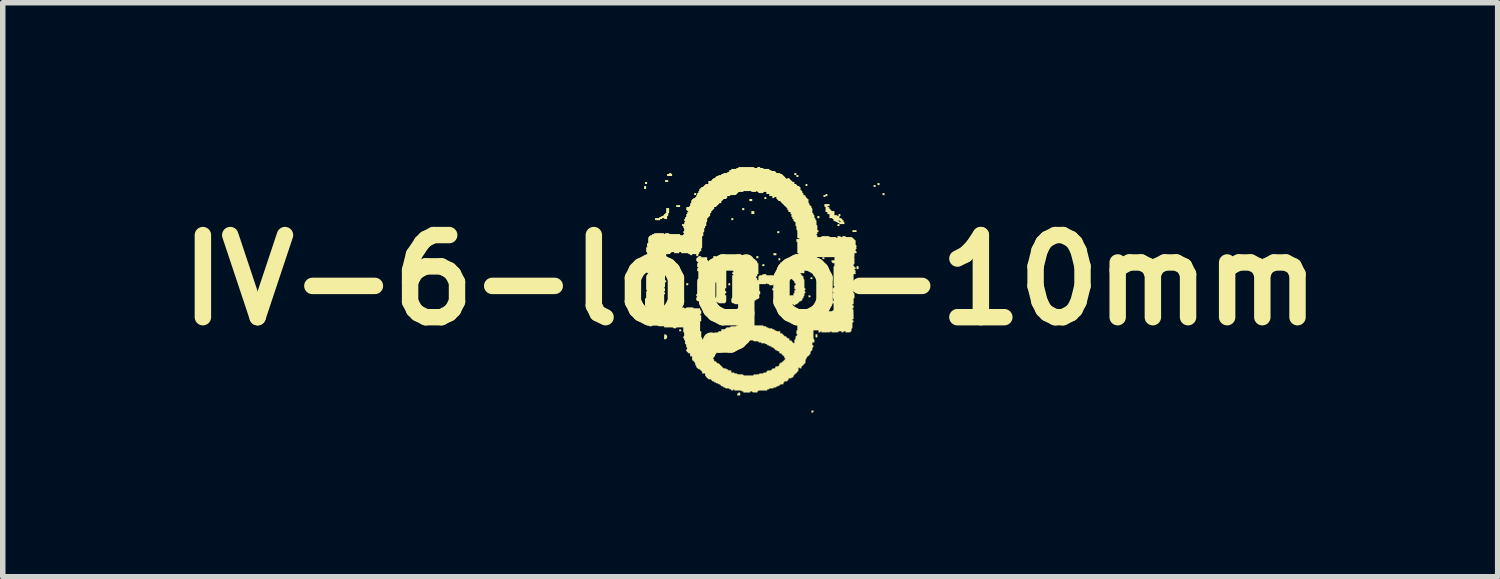
<source format=kicad_pcb>
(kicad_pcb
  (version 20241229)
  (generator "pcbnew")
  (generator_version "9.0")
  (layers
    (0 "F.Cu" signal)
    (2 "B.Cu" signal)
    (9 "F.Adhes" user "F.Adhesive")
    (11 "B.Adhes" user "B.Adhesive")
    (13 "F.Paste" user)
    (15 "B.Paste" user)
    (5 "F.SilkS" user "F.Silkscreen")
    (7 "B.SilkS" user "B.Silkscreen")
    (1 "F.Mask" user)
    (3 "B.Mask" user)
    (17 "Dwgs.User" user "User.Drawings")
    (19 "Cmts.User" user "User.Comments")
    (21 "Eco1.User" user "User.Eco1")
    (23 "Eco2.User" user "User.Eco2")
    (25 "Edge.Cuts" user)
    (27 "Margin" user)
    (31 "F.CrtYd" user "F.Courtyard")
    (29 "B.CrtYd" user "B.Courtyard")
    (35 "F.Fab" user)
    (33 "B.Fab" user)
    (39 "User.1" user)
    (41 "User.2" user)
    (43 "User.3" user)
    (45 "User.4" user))
  (footprint "IV-6-logo-10mm"
    (layer "F.Cu")
    (at 10.657 2.067)
    (property "Reference" "IV-6-logo-10mm" (at 0 0 0) (layer "F.SilkS") (effects (font (size 1.5 1.5) (thickness 0.3))))
    (attr board_only exclude_from_pos_files exclude_from_bom)
    (fp_poly (pts (xy -1.901 -1.691) (xy -1.901 -1.664) (xy -1.92 -1.664) (xy -1.938 -1.664) (xy -1.938 -1.691) (xy -1.938 -1.718) (xy -1.92 -1.718) (xy -1.901 -1.718)) (stroke (width 0) (type solid)) (fill yes) (layer "F.SilkS"))
    (fp_poly (pts (xy -1.498 -1.81) (xy -1.498 -1.793) (xy -1.527 -1.793) (xy -1.556 -1.793) (xy -1.556 -1.81) (xy -1.556 -1.826) (xy -1.527 -1.826) (xy -1.498 -1.826)) (stroke (width 0) (type solid)) (fill yes) (layer "F.SilkS"))
    (fp_poly (pts (xy -1.281 -1.352) (xy -1.281 -1.335) (xy -1.317 -1.335) (xy -1.352 -1.335) (xy -1.352 -1.352) (xy -1.352 -1.369) (xy -1.317 -1.369) (xy -1.281 -1.369)) (stroke (width 0) (type solid)) (fill yes) (layer "F.SilkS"))
    (fp_poly (pts (xy -0.62 -0.418) (xy -0.62 -0.399) (xy -0.647 -0.399) (xy -0.674 -0.399) (xy -0.674 -0.418) (xy -0.674 -0.437) (xy -0.647 -0.437) (xy -0.62 -0.437)) (stroke (width 0) (type solid)) (fill yes) (layer "F.SilkS"))
    (fp_poly (pts (xy -0.366 0.077) (xy -0.366 0.096) (xy -0.383 0.096) (xy -0.399 0.096) (xy -0.399 0.077) (xy -0.399 0.058) (xy -0.383 0.058) (xy -0.366 0.058)) (stroke (width 0) (type solid)) (fill yes) (layer "F.SilkS"))
    (fp_poly (pts (xy 0.037 -1.462) (xy 0.037 -1.443) (xy 0.01 -1.443) (xy -0.017 -1.443) (xy -0.017 -1.462) (xy -0.017 -1.481) (xy 0.01 -1.481) (xy 0.037 -1.481)) (stroke (width 0) (type solid)) (fill yes) (layer "F.SilkS"))
    (fp_poly (pts (xy 0.075 -1.233) (xy 0.075 -1.206) (xy 0.048 -1.206) (xy 0.021 -1.206) (xy 0.021 -1.233) (xy 0.021 -1.26) (xy 0.048 -1.26) (xy 0.075 -1.26)) (stroke (width 0) (type solid)) (fill yes) (layer "F.SilkS"))
    (fp_poly (pts (xy 0.15 -0.418) (xy 0.15 -0.399) (xy 0.131 -0.399) (xy 0.112 -0.399) (xy 0.112 -0.418) (xy 0.112 -0.437) (xy 0.131 -0.437) (xy 0.15 -0.437)) (stroke (width 0) (type solid)) (fill yes) (layer "F.SilkS"))
    (fp_poly (pts (xy 0.441 0.168) (xy 0.441 0.187) (xy 0.422 0.187) (xy 0.404 0.187) (xy 0.404 0.168) (xy 0.404 0.15) (xy 0.422 0.15) (xy 0.441 0.15)) (stroke (width 0) (type solid)) (fill yes) (layer "F.SilkS"))
    (fp_poly (pts (xy 0.478 -0.472) (xy 0.478 -0.453) (xy 0.451 -0.453) (xy 0.424 -0.453) (xy 0.424 -0.472) (xy 0.424 -0.491) (xy 0.451 -0.491) (xy 0.478 -0.491)) (stroke (width 0) (type solid)) (fill yes) (layer "F.SilkS"))
    (fp_poly (pts (xy 0.532 -0.876) (xy 0.532 -0.857) (xy 0.514 -0.857) (xy 0.495 -0.857) (xy 0.495 -0.876) (xy 0.495 -0.894) (xy 0.514 -0.894) (xy 0.532 -0.894)) (stroke (width 0) (type solid)) (fill yes) (layer "F.SilkS"))
    (fp_poly (pts (xy 0.549 -0.381) (xy 0.549 -0.362) (xy 0.532 -0.362) (xy 0.516 -0.362) (xy 0.516 -0.381) (xy 0.516 -0.399) (xy 0.532 -0.399) (xy 0.549 -0.399)) (stroke (width 0) (type solid)) (fill yes) (layer "F.SilkS"))
    (fp_poly (pts (xy 0.844 -1.936) (xy 0.844 -1.918) (xy 0.826 -1.918) (xy 0.807 -1.918) (xy 0.807 -1.936) (xy 0.807 -1.955) (xy 0.826 -1.955) (xy 0.844 -1.955)) (stroke (width 0) (type solid)) (fill yes) (layer "F.SilkS"))
    (fp_poly (pts (xy 0.882 -1.901) (xy 0.882 -1.884) (xy 0.863 -1.884) (xy 0.844 -1.884) (xy 0.844 -1.901) (xy 0.844 -1.918) (xy 0.863 -1.918) (xy 0.882 -1.918)) (stroke (width 0) (type solid)) (fill yes) (layer "F.SilkS"))
    (fp_poly (pts (xy 1.044 -1.737) (xy 1.044 -1.718) (xy 1.027 -1.718) (xy 1.011 -1.718) (xy 1.011 -1.737) (xy 1.011 -1.755) (xy 1.027 -1.755) (xy 1.044 -1.755)) (stroke (width 0) (type solid)) (fill yes) (layer "F.SilkS"))
    (fp_poly (pts (xy 1.119 -0.272) (xy 1.119 -0.254) (xy 1.1 -0.254) (xy 1.082 -0.254) (xy 1.082 -0.272) (xy 1.082 -0.291) (xy 1.1 -0.291) (xy 1.119 -0.291)) (stroke (width 0) (type solid)) (fill yes) (layer "F.SilkS"))
    (fp_poly (pts (xy 1.136 -0.033) (xy 1.136 -0.017) (xy 1.119 -0.017) (xy 1.102 -0.017) (xy 1.102 -0.033) (xy 1.102 -0.05) (xy 1.119 -0.05) (xy 1.136 -0.05)) (stroke (width 0) (type solid)) (fill yes) (layer "F.SilkS"))
    (fp_poly (pts (xy 1.227 1.019) (xy 1.227 1.048) (xy 1.211 1.048) (xy 1.194 1.048) (xy 1.194 1.019) (xy 1.194 0.99) (xy 1.211 0.99) (xy 1.227 0.99)) (stroke (width 0) (type solid)) (fill yes) (layer "F.SilkS"))
    (fp_poly (pts (xy 1.265 -1.15) (xy 1.265 -1.131) (xy 1.246 -1.131) (xy 1.227 -1.131) (xy 1.227 -1.15) (xy 1.227 -1.169) (xy 1.246 -1.169) (xy 1.265 -1.169)) (stroke (width 0) (type solid)) (fill yes) (layer "F.SilkS"))
    (fp_poly (pts (xy 1.356 -0.399) (xy 1.356 -0.383) (xy 1.337 -0.383) (xy 1.319 -0.383) (xy 1.319 -0.399) (xy 1.319 -0.416) (xy 1.337 -0.416) (xy 1.356 -0.416)) (stroke (width 0) (type solid)) (fill yes) (layer "F.SilkS"))
    (fp_poly (pts (xy 1.943 -0.894) (xy 1.943 -0.878) (xy 1.905 -0.878) (xy 1.868 -0.878) (xy 1.868 -0.894) (xy 1.868 -0.911) (xy 1.905 -0.911) (xy 1.943 -0.911)) (stroke (width 0) (type solid)) (fill yes) (layer "F.SilkS"))
    (fp_poly (pts (xy 1.98 -0.227) (xy 1.98 -0.2) (xy 1.961 -0.2) (xy 1.943 -0.2) (xy 1.943 -0.227) (xy 1.943 -0.254) (xy 1.961 -0.254) (xy 1.98 -0.254)) (stroke (width 0) (type solid)) (fill yes) (layer "F.SilkS"))
    (fp_poly (pts (xy 2.292 -1.718) (xy 2.292 -1.701) (xy 2.273 -1.701) (xy 2.255 -1.701) (xy 2.255 -1.718) (xy 2.255 -1.735) (xy 2.273 -1.735) (xy 2.292 -1.735)) (stroke (width 0) (type solid)) (fill yes) (layer "F.SilkS"))
    (fp_poly (pts (xy 2.492 0.058) (xy 2.492 0.075) (xy 2.473 0.075) (xy 2.454 0.075) (xy 2.454 0.058) (xy 2.454 0.042) (xy 2.473 0.042) (xy 2.492 0.042)) (stroke (width 0) (type solid)) (fill yes) (layer "F.SilkS"))
    (fp_poly (pts (xy -1.884 -1.774) (xy -1.884 -1.755) (xy -1.903 -1.755) (xy -1.922 -1.755) (xy -1.921 -1.773) (xy -1.92 -1.784) (xy -1.917 -1.79) (xy -1.909 -1.792) (xy -1.902 -1.792) (xy -1.884 -1.793)) (stroke (width 0) (type solid)) (fill yes) (layer "F.SilkS"))
    (fp_poly (pts (xy -1.132 0.076) (xy -1.133 0.087) (xy -1.137 0.092) (xy -1.144 0.094) (xy -1.151 0.095) (xy -1.169 0.096) (xy -1.169 0.077) (xy -1.169 0.058) (xy -1.15 0.058) (xy -1.131 0.058)) (stroke (width 0) (type solid)) (fill yes) (layer "F.SilkS"))
    (fp_poly (pts (xy -0.987 -1.571) (xy -0.988 -1.56) (xy -0.991 -1.555) (xy -0.999 -1.553) (xy -1.006 -1.552) (xy -1.023 -1.551) (xy -1.023 -1.57) (xy -1.023 -1.589) (xy -1.004 -1.589) (xy -0.985 -1.589)) (stroke (width 0) (type solid)) (fill yes) (layer "F.SilkS"))
    (fp_poly (pts (xy -0.309 -1.114) (xy -0.31 -1.103) (xy -0.313 -1.097) (xy -0.321 -1.095) (xy -0.328 -1.095) (xy -0.345 -1.094) (xy -0.345 -1.113) (xy -0.345 -1.131) (xy -0.326 -1.131) (xy -0.307 -1.131)) (stroke (width 0) (type solid)) (fill yes) (layer "F.SilkS"))
    (fp_poly (pts (xy -0.145 0.662) (xy -0.133 0.663) (xy -0.128 0.667) (xy -0.126 0.674) (xy -0.126 0.681) (xy -0.124 0.699) (xy -0.143 0.699) (xy -0.162 0.699) (xy -0.162 0.68) (xy -0.162 0.661)) (stroke (width 0) (type solid)) (fill yes) (layer "F.SilkS"))
    (fp_poly (pts (xy 0.258 -0.273) (xy 0.258 -0.254) (xy 0.239 -0.254) (xy 0.22 -0.254) (xy 0.221 -0.271) (xy 0.222 -0.283) (xy 0.226 -0.288) (xy 0.233 -0.29) (xy 0.24 -0.29) (xy 0.258 -0.292)) (stroke (width 0) (type solid)) (fill yes) (layer "F.SilkS"))
    (fp_poly (pts (xy 1.156 2.401) (xy 1.154 2.412) (xy 1.151 2.418) (xy 1.144 2.42) (xy 1.137 2.42) (xy 1.119 2.422) (xy 1.119 2.403) (xy 1.119 2.384) (xy 1.138 2.384) (xy 1.157 2.384)) (stroke (width 0) (type solid)) (fill yes) (layer "F.SilkS"))
    (fp_poly (pts (xy 1.184 -0.107) (xy 1.19 -0.104) (xy 1.192 -0.098) (xy 1.194 -0.084) (xy 1.19 -0.076) (xy 1.18 -0.072) (xy 1.174 -0.072) (xy 1.156 -0.07) (xy 1.156 -0.089) (xy 1.156 -0.108) (xy 1.173 -0.108)) (stroke (width 0) (type solid)) (fill yes) (layer "F.SilkS"))
    (fp_poly (pts (xy -2.067 0.168) (xy -2.067 0.187) (xy -2.083 0.187) (xy -2.094 0.187) (xy -2.101 0.185) (xy -2.102 0.184) (xy -2.104 0.179) (xy -2.105 0.168) (xy -2.105 0.166) (xy -2.105 0.15) (xy -2.086 0.15) (xy -2.067 0.15)) (stroke (width 0) (type solid)) (fill yes) (layer "F.SilkS"))
    (fp_poly (pts (xy -1.269 0.901) (xy -1.264 0.904) (xy -1.262 0.911) (xy -1.261 0.918) (xy -1.26 0.936) (xy -1.279 0.936) (xy -1.298 0.936) (xy -1.297 0.918) (xy -1.296 0.907) (xy -1.293 0.902) (xy -1.286 0.901) (xy -1.279 0.901)) (stroke (width 0) (type solid)) (fill yes) (layer "F.SilkS"))
    (fp_poly (pts (xy -0.108 -1.296) (xy -0.108 -1.277) (xy -0.124 -1.277) (xy -0.135 -1.278) (xy -0.142 -1.279) (xy -0.143 -1.28) (xy -0.145 -1.285) (xy -0.146 -1.296) (xy -0.146 -1.299) (xy -0.146 -1.315) (xy -0.127 -1.315) (xy -0.108 -1.315)) (stroke (width 0) (type solid)) (fill yes) (layer "F.SilkS"))
    (fp_poly (pts (xy 0.287 -1.516) (xy 0.292 -1.513) (xy 0.294 -1.506) (xy 0.295 -1.499) (xy 0.296 -1.481) (xy 0.277 -1.481) (xy 0.257 -1.481) (xy 0.259 -1.499) (xy 0.26 -1.51) (xy 0.263 -1.515) (xy 0.27 -1.516) (xy 0.277 -1.516)) (stroke (width 0) (type solid)) (fill yes) (layer "F.SilkS"))
    (fp_poly (pts (xy 2.363 -1.753) (xy 2.363 -1.735) (xy 2.347 -1.735) (xy 2.336 -1.735) (xy 2.329 -1.737) (xy 2.328 -1.737) (xy 2.326 -1.743) (xy 2.325 -1.753) (xy 2.325 -1.756) (xy 2.325 -1.772) (xy 2.344 -1.772) (xy 2.363 -1.772)) (stroke (width 0) (type solid)) (fill yes) (layer "F.SilkS"))
    (fp_poly (pts (xy 2.454 -1.57) (xy 2.454 -1.552) (xy 2.438 -1.552) (xy 2.427 -1.552) (xy 2.42 -1.554) (xy 2.42 -1.554) (xy 2.418 -1.56) (xy 2.417 -1.57) (xy 2.417 -1.573) (xy 2.417 -1.589) (xy 2.436 -1.589) (xy 2.454 -1.589)) (stroke (width 0) (type solid)) (fill yes) (layer "F.SilkS"))
    (fp_poly (pts (xy 2.05 0.103) (xy 2.049 0.118) (xy 2.048 0.126) (xy 2.045 0.13) (xy 2.04 0.132) (xy 2.036 0.132) (xy 2.026 0.132) (xy 2.02 0.131) (xy 2.019 0.125) (xy 2.018 0.114) (xy 2.018 0.101) (xy 2.018 0.075) (xy 2.034 0.075) (xy 2.051 0.075)) (stroke (width 0) (type solid)) (fill yes) (layer "F.SilkS"))
    (fp_poly (pts (xy -0.183 2.082) (xy -0.183 2.109) (xy -0.21 2.109) (xy -0.237 2.109) (xy -0.237 2.09) (xy -0.237 2.079) (xy -0.235 2.073) (xy -0.23 2.072) (xy -0.227 2.072) (xy -0.219 2.07) (xy -0.216 2.063) (xy -0.215 2.058) (xy -0.209 2.055) (xy -0.2 2.055) (xy -0.183 2.055)) (stroke (width 0) (type solid)) (fill yes) (layer "F.SilkS"))
    (fp_poly (pts (xy 1.083 0.28) (xy 1.095 0.282) (xy 1.102 0.288) (xy 1.102 0.299) (xy 1.101 0.306) (xy 1.097 0.313) (xy 1.089 0.316) (xy 1.084 0.316) (xy 1.074 0.315) (xy 1.068 0.314) (xy 1.068 0.313) (xy 1.066 0.308) (xy 1.065 0.297) (xy 1.065 0.294) (xy 1.065 0.278)) (stroke (width 0) (type solid)) (fill yes) (layer "F.SilkS"))
    (fp_poly (pts (xy 1.41 -1.554) (xy 1.41 -1.535) (xy 1.394 -1.535) (xy 1.383 -1.534) (xy 1.377 -1.53) (xy 1.376 -1.527) (xy 1.372 -1.521) (xy 1.365 -1.519) (xy 1.356 -1.518) (xy 1.339 -1.518) (xy 1.339 -1.535) (xy 1.339 -1.552) (xy 1.358 -1.551) (xy 1.37 -1.55) (xy 1.375 -1.552) (xy 1.377 -1.557) (xy 1.377 -1.561) (xy 1.378 -1.568) (xy 1.382 -1.572) (xy 1.391 -1.572) (xy 1.394 -1.572) (xy 1.41 -1.572)) (stroke (width 0) (type solid)) (fill yes) (layer "F.SilkS"))
    (fp_poly (pts (xy -1.543 0.993) (xy -1.537 0.996) (xy -1.536 1.001) (xy -1.532 1.009) (xy -1.526 1.011) (xy -1.522 1.012) (xy -1.52 1.016) (xy -1.519 1.025) (xy -1.518 1.038) (xy -1.519 1.053) (xy -1.52 1.061) (xy -1.522 1.064) (xy -1.527 1.065) (xy -1.534 1.068) (xy -1.535 1.073) (xy -1.536 1.078) (xy -1.541 1.081) (xy -1.552 1.082) (xy -1.554 1.082) (xy -1.573 1.082) (xy -1.572 1.037) (xy -1.57 0.992) (xy -1.554 0.992)) (stroke (width 0) (type solid)) (fill yes) (layer "F.SilkS"))
    (fp_poly (pts (xy -1.45 -1.955) (xy -1.445 -1.952) (xy -1.443 -1.947) (xy -1.443 -1.947) (xy -1.441 -1.94) (xy -1.435 -1.938) (xy -1.43 -1.937) (xy -1.427 -1.932) (xy -1.427 -1.921) (xy -1.427 -1.92) (xy -1.427 -1.901) (xy -1.473 -1.901) (xy -1.518 -1.901) (xy -1.518 -1.92) (xy -1.518 -1.938) (xy -1.5 -1.938) (xy -1.488 -1.939) (xy -1.482 -1.941) (xy -1.481 -1.946) (xy -1.481 -1.947) (xy -1.48 -1.952) (xy -1.475 -1.954) (xy -1.464 -1.955) (xy -1.462 -1.955)) (stroke (width 0) (type solid)) (fill yes) (layer "F.SilkS"))
    (fp_poly (pts (xy -1.481 -1.269) (xy -1.481 -1.249) (xy -1.481 -1.236) (xy -1.483 -1.228) (xy -1.485 -1.224) (xy -1.488 -1.223) (xy -1.489 -1.223) (xy -1.494 -1.222) (xy -1.496 -1.218) (xy -1.497 -1.21) (xy -1.498 -1.196) (xy -1.498 -1.181) (xy -1.499 -1.173) (xy -1.501 -1.17) (xy -1.506 -1.169) (xy -1.508 -1.169) (xy -1.514 -1.168) (xy -1.517 -1.166) (xy -1.518 -1.159) (xy -1.518 -1.146) (xy -1.518 -1.142) (xy -1.518 -1.115) (xy -1.545 -1.115) (xy -1.56 -1.115) (xy -1.568 -1.116) (xy -1.572 -1.119) (xy -1.572 -1.123) (xy -1.574 -1.128) (xy -1.579 -1.131) (xy -1.59 -1.131) (xy -1.591 -1.131) (xy -1.603 -1.131) (xy -1.608 -1.129) (xy -1.61 -1.124) (xy -1.61 -1.123) (xy -1.611 -1.118) (xy -1.616 -1.115) (xy -1.627 -1.115) (xy -1.629 -1.115) (xy -1.64 -1.114) (xy -1.646 -1.112) (xy -1.647 -1.107) (xy -1.647 -1.104) (xy -1.647 -1.094) (xy -1.69 -1.094) (xy -1.708 -1.094) (xy -1.723 -1.095) (xy -1.733 -1.096) (xy -1.736 -1.097) (xy -1.738 -1.102) (xy -1.739 -1.113) (xy -1.739 -1.116) (xy -1.739 -1.131) (xy -1.702 -1.131) (xy -1.684 -1.132) (xy -1.673 -1.132) (xy -1.667 -1.134) (xy -1.664 -1.137) (xy -1.663 -1.141) (xy -1.661 -1.147) (xy -1.655 -1.15) (xy -1.644 -1.151) (xy -1.633 -1.153) (xy -1.628 -1.156) (xy -1.626 -1.161) (xy -1.625 -1.166) (xy -1.62 -1.168) (xy -1.608 -1.169) (xy -1.608 -1.169) (xy -1.596 -1.169) (xy -1.591 -1.172) (xy -1.589 -1.177) (xy -1.589 -1.177) (xy -1.586 -1.184) (xy -1.581 -1.186) (xy -1.574 -1.188) (xy -1.572 -1.196) (xy -1.57 -1.204) (xy -1.564 -1.206) (xy -1.557 -1.209) (xy -1.556 -1.215) (xy -1.553 -1.221) (xy -1.545 -1.223) (xy -1.535 -1.223) (xy -1.535 -1.269) (xy -1.535 -1.315) (xy -1.508 -1.315) (xy -1.481 -1.315)) (stroke (width 0) (type solid)) (fill yes) (layer "F.SilkS"))
    (fp_poly (pts (xy 1.402 -1.389) (xy 1.448 -1.389) (xy 1.448 -1.37) (xy 1.448 -1.352) (xy 1.429 -1.352) (xy 1.417 -1.351) (xy 1.412 -1.349) (xy 1.41 -1.344) (xy 1.41 -1.344) (xy 1.412 -1.339) (xy 1.418 -1.336) (xy 1.428 -1.335) (xy 1.439 -1.333) (xy 1.444 -1.33) (xy 1.446 -1.323) (xy 1.447 -1.316) (xy 1.448 -1.304) (xy 1.452 -1.299) (xy 1.457 -1.297) (xy 1.465 -1.292) (xy 1.468 -1.286) (xy 1.472 -1.279) (xy 1.477 -1.277) (xy 1.484 -1.274) (xy 1.485 -1.269) (xy 1.486 -1.264) (xy 1.49 -1.262) (xy 1.498 -1.261) (xy 1.512 -1.26) (xy 1.539 -1.26) (xy 1.539 -1.223) (xy 1.539 -1.186) (xy 1.566 -1.186) (xy 1.581 -1.185) (xy 1.589 -1.184) (xy 1.592 -1.182) (xy 1.593 -1.177) (xy 1.596 -1.171) (xy 1.604 -1.169) (xy 1.61 -1.17) (xy 1.613 -1.173) (xy 1.614 -1.182) (xy 1.614 -1.188) (xy 1.614 -1.207) (xy 1.632 -1.206) (xy 1.643 -1.204) (xy 1.648 -1.201) (xy 1.649 -1.194) (xy 1.649 -1.188) (xy 1.649 -1.177) (xy 1.646 -1.171) (xy 1.64 -1.17) (xy 1.634 -1.168) (xy 1.631 -1.162) (xy 1.631 -1.151) (xy 1.631 -1.15) (xy 1.631 -1.131) (xy 1.649 -1.131) (xy 1.661 -1.131) (xy 1.667 -1.129) (xy 1.668 -1.124) (xy 1.668 -1.123) (xy 1.671 -1.116) (xy 1.676 -1.115) (xy 1.683 -1.112) (xy 1.685 -1.104) (xy 1.686 -1.097) (xy 1.693 -1.094) (xy 1.695 -1.094) (xy 1.702 -1.093) (xy 1.705 -1.089) (xy 1.706 -1.078) (xy 1.706 -1.078) (xy 1.707 -1.067) (xy 1.71 -1.061) (xy 1.714 -1.06) (xy 1.719 -1.056) (xy 1.722 -1.049) (xy 1.722 -1.04) (xy 1.722 -1.023) (xy 1.676 -1.023) (xy 1.631 -1.023) (xy 1.631 -1.005) (xy 1.631 -0.986) (xy 1.612 -0.986) (xy 1.593 -0.986) (xy 1.594 -1.004) (xy 1.595 -1.015) (xy 1.598 -1.02) (xy 1.606 -1.022) (xy 1.613 -1.023) (xy 1.624 -1.024) (xy 1.63 -1.027) (xy 1.631 -1.032) (xy 1.629 -1.037) (xy 1.622 -1.04) (xy 1.613 -1.041) (xy 1.601 -1.042) (xy 1.596 -1.046) (xy 1.594 -1.051) (xy 1.592 -1.058) (xy 1.586 -1.06) (xy 1.576 -1.061) (xy 1.566 -1.061) (xy 1.561 -1.064) (xy 1.56 -1.069) (xy 1.559 -1.074) (xy 1.554 -1.077) (xy 1.543 -1.077) (xy 1.541 -1.077) (xy 1.523 -1.077) (xy 1.523 -1.086) (xy 1.614 -1.086) (xy 1.617 -1.079) (xy 1.622 -1.077) (xy 1.629 -1.075) (xy 1.631 -1.067) (xy 1.631 -1.067) (xy 1.632 -1.059) (xy 1.636 -1.058) (xy 1.637 -1.058) (xy 1.641 -1.059) (xy 1.686 -1.059) (xy 1.687 -1.057) (xy 1.689 -1.057) (xy 1.692 -1.058) (xy 1.692 -1.059) (xy 1.687 -1.06) (xy 1.686 -1.059) (xy 1.641 -1.059) (xy 1.645 -1.06) (xy 1.648 -1.061) (xy 1.651 -1.064) (xy 1.651 -1.069) (xy 1.649 -1.076) (xy 1.641 -1.077) (xy 1.633 -1.079) (xy 1.631 -1.086) (xy 1.628 -1.093) (xy 1.622 -1.094) (xy 1.615 -1.091) (xy 1.614 -1.086) (xy 1.523 -1.086) (xy 1.523 -1.096) (xy 1.593 -1.096) (xy 1.595 -1.094) (xy 1.597 -1.096) (xy 1.595 -1.098) (xy 1.593 -1.096) (xy 1.523 -1.096) (xy 1.522 -1.108) (xy 1.52 -1.113) (xy 1.515 -1.115) (xy 1.512 -1.115) (xy 1.504 -1.117) (xy 1.502 -1.123) (xy 1.501 -1.128) (xy 1.497 -1.13) (xy 1.489 -1.131) (xy 1.475 -1.131) (xy 1.448 -1.131) (xy 1.448 -1.169) (xy 1.448 -1.206) (xy 1.429 -1.206) (xy 1.41 -1.206) (xy 1.41 -1.208) (xy 1.464 -1.208) (xy 1.466 -1.206) (xy 1.468 -1.208) (xy 1.466 -1.211) (xy 1.464 -1.208) (xy 1.41 -1.208) (xy 1.41 -1.225) (xy 1.41 -1.244) (xy 1.394 -1.244) (xy 1.377 -1.244) (xy 1.377 -1.29) (xy 1.377 -1.335) (xy 1.367 -1.335) (xy 1.361 -1.336) (xy 1.358 -1.338) (xy 1.356 -1.345) (xy 1.356 -1.358) (xy 1.356 -1.362) (xy 1.356 -1.389)) (stroke (width 0) (type solid)) (fill yes) (layer "F.SilkS"))
    (fp_poly (pts (xy -0.907 -0.437) (xy -0.899 -0.436) (xy -0.895 -0.433) (xy -0.894 -0.428) (xy -0.894 -0.426) (xy -0.894 -0.416) (xy -0.84 -0.416) (xy -0.786 -0.416) (xy -0.786 -0.389) (xy -0.786 -0.374) (xy -0.785 -0.366) (xy -0.782 -0.363) (xy -0.778 -0.362) (xy -0.776 -0.362) (xy -0.769 -0.361) (xy -0.766 -0.357) (xy -0.765 -0.346) (xy -0.765 -0.346) (xy -0.767 -0.334) (xy -0.771 -0.328) (xy -0.773 -0.327) (xy -0.778 -0.326) (xy -0.775 -0.325) (xy -0.773 -0.325) (xy -0.768 -0.323) (xy -0.766 -0.315) (xy -0.765 -0.308) (xy -0.766 -0.297) (xy -0.769 -0.292) (xy -0.775 -0.291) (xy -0.776 -0.291) (xy -0.786 -0.291) (xy -0.786 -0.152) (xy -0.786 -0.014) (xy -0.776 -0.016) (xy -0.769 -0.018) (xy -0.766 -0.024) (xy -0.765 -0.034) (xy -0.765 -0.044) (xy -0.762 -0.049) (xy -0.757 -0.05) (xy -0.752 -0.051) (xy -0.749 -0.056) (xy -0.749 -0.067) (xy -0.749 -0.069) (xy -0.748 -0.08) (xy -0.746 -0.086) (xy -0.741 -0.087) (xy -0.741 -0.087) (xy -0.735 -0.089) (xy -0.733 -0.095) (xy -0.731 -0.105) (xy -0.73 -0.117) (xy -0.726 -0.122) (xy -0.721 -0.124) (xy -0.715 -0.126) (xy -0.712 -0.131) (xy -0.711 -0.142) (xy -0.711 -0.144) (xy -0.711 -0.155) (xy -0.708 -0.161) (xy -0.703 -0.162) (xy -0.703 -0.162) (xy -0.696 -0.165) (xy -0.695 -0.171) (xy -0.692 -0.177) (xy -0.684 -0.179) (xy -0.679 -0.179) (xy -0.676 -0.182) (xy -0.674 -0.189) (xy -0.674 -0.201) (xy -0.674 -0.206) (xy -0.674 -0.221) (xy -0.672 -0.229) (xy -0.67 -0.232) (xy -0.666 -0.233) (xy -0.66 -0.234) (xy -0.658 -0.239) (xy -0.657 -0.25) (xy -0.657 -0.252) (xy -0.657 -0.263) (xy -0.654 -0.269) (xy -0.649 -0.27) (xy -0.649 -0.27) (xy -0.644 -0.272) (xy -0.641 -0.278) (xy -0.64 -0.288) (xy -0.638 -0.3) (xy -0.635 -0.305) (xy -0.629 -0.307) (xy -0.623 -0.309) (xy -0.621 -0.314) (xy -0.62 -0.325) (xy -0.62 -0.327) (xy -0.619 -0.338) (xy -0.617 -0.344) (xy -0.612 -0.345) (xy -0.611 -0.345) (xy -0.607 -0.346) (xy -0.604 -0.35) (xy -0.603 -0.358) (xy -0.603 -0.372) (xy -0.603 -0.399) (xy -0.557 -0.399) (xy -0.537 -0.399) (xy -0.524 -0.4) (xy -0.517 -0.401) (xy -0.513 -0.403) (xy -0.512 -0.406) (xy -0.512 -0.408) (xy -0.511 -0.412) (xy -0.507 -0.415) (xy -0.499 -0.416) (xy -0.485 -0.416) (xy -0.47 -0.416) (xy -0.462 -0.415) (xy -0.458 -0.412) (xy -0.458 -0.408) (xy -0.455 -0.401) (xy -0.447 -0.399) (xy -0.442 -0.399) (xy -0.439 -0.397) (xy -0.438 -0.392) (xy -0.437 -0.382) (xy -0.437 -0.365) (xy -0.437 -0.362) (xy -0.437 -0.344) (xy -0.436 -0.333) (xy -0.434 -0.327) (xy -0.432 -0.325) (xy -0.428 -0.324) (xy -0.423 -0.323) (xy -0.421 -0.317) (xy -0.42 -0.308) (xy -0.421 -0.297) (xy -0.424 -0.292) (xy -0.428 -0.291) (xy -0.43 -0.291) (xy -0.432 -0.29) (xy -0.433 -0.288) (xy -0.434 -0.283) (xy -0.435 -0.276) (xy -0.436 -0.266) (xy -0.436 -0.251) (xy -0.436 -0.231) (xy -0.437 -0.207) (xy -0.437 -0.176) (xy -0.437 -0.138) (xy -0.437 -0.093) (xy -0.437 -0.071) (xy -0.437 0.15) (xy -0.447 0.15) (xy -0.453 0.15) (xy -0.456 0.153) (xy -0.457 0.16) (xy -0.458 0.172) (xy -0.458 0.177) (xy -0.457 0.191) (xy -0.456 0.199) (xy -0.454 0.203) (xy -0.449 0.204) (xy -0.447 0.204) (xy -0.441 0.205) (xy -0.438 0.208) (xy -0.437 0.218) (xy -0.437 0.223) (xy -0.437 0.234) (xy -0.439 0.24) (xy -0.444 0.241) (xy -0.447 0.241) (xy -0.454 0.242) (xy -0.457 0.246) (xy -0.458 0.255) (xy -0.458 0.26) (xy -0.457 0.272) (xy -0.455 0.277) (xy -0.45 0.279) (xy -0.447 0.279) (xy -0.437 0.279) (xy -0.438 0.342) (xy -0.438 0.366) (xy -0.439 0.383) (xy -0.44 0.395) (xy -0.441 0.402) (xy -0.443 0.405) (xy -0.446 0.406) (xy -0.448 0.407) (xy -0.456 0.411) (xy -0.458 0.416) (xy -0.458 0.419) (xy -0.46 0.422) (xy -0.466 0.423) (xy -0.475 0.424) (xy -0.49 0.424) (xy -0.511 0.424) (xy -0.52 0.424) (xy -0.544 0.424) (xy -0.561 0.424) (xy -0.572 0.423) (xy -0.578 0.422) (xy -0.581 0.42) (xy -0.582 0.417) (xy -0.582 0.416) (xy -0.584 0.411) (xy -0.59 0.408) (xy -0.6 0.407) (xy -0.612 0.405) (xy -0.617 0.402) (xy -0.619 0.396) (xy -0.623 0.388) (xy -0.629 0.387) (xy -0.637 0.383) (xy -0.639 0.379) (xy -0.644 0.372) (xy -0.649 0.37) (xy -0.654 0.369) (xy -0.657 0.363) (xy -0.657 0.352) (xy -0.657 0.34) (xy -0.654 0.334) (xy -0.649 0.333) (xy -0.642 0.329) (xy -0.639 0.324) (xy -0.634 0.317) (xy -0.629 0.316) (xy -0.626 0.316) (xy -0.624 0.315) (xy -0.623 0.312) (xy -0.622 0.307) (xy -0.621 0.298) (xy -0.62 0.286) (xy -0.62 0.268) (xy -0.62 0.244) (xy -0.62 0.214) (xy -0.62 0.176) (xy -0.62 0.138) (xy -0.62 0.108) (xy -0.62 0.084) (xy -0.621 0.067) (xy -0.621 0.054) (xy -0.622 0.046) (xy -0.623 0.041) (xy -0.625 0.039) (xy -0.626 0.039) (xy -0.634 0.041) (xy -0.637 0.042) (xy -0.639 0.045) (xy -0.641 0.055) (xy -0.641 0.058) (xy -0.641 0.069) (xy -0.644 0.074) (xy -0.649 0.075) (xy -0.654 0.076) (xy -0.657 0.081) (xy -0.657 0.092) (xy -0.657 0.094) (xy -0.658 0.105) (xy -0.66 0.111) (xy -0.665 0.112) (xy -0.666 0.112) (xy -0.671 0.114) (xy -0.673 0.119) (xy -0.674 0.13) (xy -0.674 0.131) (xy -0.674 0.143) (xy -0.676 0.148) (xy -0.681 0.15) (xy -0.684 0.15) (xy -0.691 0.151) (xy -0.694 0.154) (xy -0.695 0.163) (xy -0.695 0.168) (xy -0.695 0.18) (xy -0.698 0.186) (xy -0.702 0.187) (xy -0.703 0.187) (xy -0.708 0.189) (xy -0.711 0.195) (xy -0.712 0.205) (xy -0.714 0.216) (xy -0.717 0.222) (xy -0.723 0.224) (xy -0.729 0.226) (xy -0.732 0.232) (xy -0.732 0.242) (xy -0.733 0.252) (xy -0.736 0.257) (xy -0.74 0.258) (xy -0.747 0.26) (xy -0.749 0.268) (xy -0.751 0.277) (xy -0.757 0.279) (xy -0.762 0.28) (xy -0.765 0.287) (xy -0.766 0.296) (xy -0.768 0.308) (xy -0.771 0.314) (xy -0.777 0.315) (xy -0.782 0.317) (xy -0.785 0.321) (xy -0.786 0.329) (xy -0.786 0.343) (xy -0.786 0.343) (xy -0.786 0.358) (xy -0.788 0.366) (xy -0.79 0.37) (xy -0.795 0.37) (xy -0.801 0.373) (xy -0.803 0.379) (xy -0.805 0.385) (xy -0.813 0.387) (xy -0.821 0.389) (xy -0.824 0.395) (xy -0.824 0.397) (xy -0.824 0.408) (xy -0.877 0.407) (xy -0.899 0.406) (xy -0.913 0.406) (xy -0.923 0.404) (xy -0.928 0.403) (xy -0.93 0.4) (xy -0.931 0.396) (xy -0.933 0.39) (xy -0.938 0.388) (xy -0.949 0.387) (xy -0.951 0.387) (xy -0.962 0.386) (xy -0.968 0.384) (xy -0.969 0.379) (xy -0.969 0.379) (xy -0.972 0.372) (xy -0.978 0.37) (xy -0.982 0.369) (xy -0.985 0.366) (xy -0.986 0.357) (xy -0.986 0.343) (xy -0.986 0.329) (xy -0.984 0.32) (xy -0.982 0.317) (xy -0.978 0.316) (xy -0.971 0.314) (xy -0.969 0.306) (xy -0.971 0.298) (xy -0.978 0.295) (xy -0.983 0.294) (xy -0.985 0.289) (xy -0.986 0.278) (xy -0.986 0.277) (xy -0.985 0.265) (xy -0.983 0.259) (xy -0.978 0.258) (xy -0.978 0.258) (xy -0.975 0.258) (xy -0.973 0.256) (xy -0.971 0.252) (xy -0.97 0.245) (xy -0.97 0.233) (xy -0.969 0.216) (xy -0.969 0.192) (xy -0.969 0.167) (xy -0.969 0.124) (xy -0.969 0.088) (xy -0.969 0.059) (xy -0.968 0.036) (xy -0.968 0.018) (xy -0.967 0.005) (xy -0.966 -0.004) (xy -0.965 -0.01) (xy -0.963 -0.013) (xy -0.961 -0.015) (xy -0.958 -0.016) (xy -0.958 -0.016) (xy -0.954 -0.017) (xy -0.952 -0.018) (xy -0.95 -0.022) (xy -0.949 -0.03) (xy -0.949 -0.042) (xy -0.948 -0.06) (xy -0.948 -0.084) (xy -0.948 -0.09) (xy -0.948 -0.162) (xy -0.959 -0.162) (xy -0.964 -0.163) (xy -0.968 -0.165) (xy -0.969 -0.172) (xy -0.969 -0.185) (xy -0.969 -0.189) (xy -0.969 -0.204) (xy -0.968 -0.212) (xy -0.965 -0.215) (xy -0.961 -0.216) (xy -0.959 -0.216) (xy -0.951 -0.218) (xy -0.948 -0.225) (xy -0.952 -0.232) (xy -0.959 -0.235) (xy -0.964 -0.237) (xy -0.967 -0.24) (xy -0.969 -0.247) (xy -0.969 -0.258) (xy -0.969 -0.273) (xy -0.969 -0.29) (xy -0.969 -0.3) (xy -0.967 -0.306) (xy -0.964 -0.308) (xy -0.959 -0.308) (xy -0.951 -0.31) (xy -0.948 -0.316) (xy -0.952 -0.324) (xy -0.959 -0.327) (xy -0.967 -0.332) (xy -0.969 -0.337) (xy -0.972 -0.344) (xy -0.978 -0.345) (xy -0.982 -0.346) (xy -0.985 -0.35) (xy -0.986 -0.358) (xy -0.986 -0.372) (xy -0.986 -0.387) (xy -0.984 -0.395) (xy -0.982 -0.399) (xy -0.978 -0.399) (xy -0.971 -0.402) (xy -0.969 -0.408) (xy -0.967 -0.414) (xy -0.959 -0.416) (xy -0.951 -0.418) (xy -0.948 -0.424) (xy -0.948 -0.426) (xy -0.948 -0.432) (xy -0.945 -0.435) (xy -0.939 -0.436) (xy -0.926 -0.437) (xy -0.921 -0.437)) (stroke (width 0) (type solid)) (fill yes) (layer "F.SilkS"))
    (fp_poly (pts (xy -0.155 -0.416) (xy -0.128 -0.416) (xy -0.107 -0.416) (xy -0.092 -0.415) (xy -0.082 -0.414) (xy -0.076 -0.413) (xy -0.072 -0.412) (xy -0.071 -0.41) (xy -0.071 -0.408) (xy -0.071 -0.408) (xy -0.068 -0.401) (xy -0.062 -0.399) (xy -0.055 -0.402) (xy -0.054 -0.408) (xy -0.054 -0.411) (xy -0.051 -0.414) (xy -0.045 -0.415) (xy -0.034 -0.416) (xy -0.017 -0.416) (xy -0.008 -0.416) (xy 0.012 -0.416) (xy 0.025 -0.415) (xy 0.033 -0.414) (xy 0.036 -0.412) (xy 0.037 -0.409) (xy 0.037 -0.408) (xy 0.04 -0.401) (xy 0.048 -0.399) (xy 0.056 -0.397) (xy 0.058 -0.391) (xy 0.06 -0.386) (xy 0.065 -0.383) (xy 0.075 -0.383) (xy 0.086 -0.382) (xy 0.09 -0.379) (xy 0.092 -0.373) (xy 0.092 -0.372) (xy 0.093 -0.364) (xy 0.1 -0.362) (xy 0.102 -0.362) (xy 0.11 -0.36) (xy 0.112 -0.354) (xy 0.115 -0.347) (xy 0.121 -0.345) (xy 0.126 -0.344) (xy 0.128 -0.339) (xy 0.129 -0.328) (xy 0.129 -0.327) (xy 0.129 -0.315) (xy 0.132 -0.31) (xy 0.137 -0.308) (xy 0.139 -0.308) (xy 0.149 -0.308) (xy 0.15 -0.208) (xy 0.15 -0.108) (xy 0.139 -0.108) (xy 0.133 -0.107) (xy 0.13 -0.104) (xy 0.129 -0.095) (xy 0.129 -0.089) (xy 0.128 -0.078) (xy 0.126 -0.072) (xy 0.121 -0.071) (xy 0.121 -0.071) (xy 0.114 -0.068) (xy 0.112 -0.063) (xy 0.11 -0.055) (xy 0.107 -0.053) (xy 0.104 -0.051) (xy 0.107 -0.05) (xy 0.111 -0.046) (xy 0.112 -0.042) (xy 0.115 -0.035) (xy 0.121 -0.033) (xy 0.126 -0.032) (xy 0.128 -0.027) (xy 0.129 -0.016) (xy 0.129 -0.015) (xy 0.129 -0.003) (xy 0.132 0.002) (xy 0.137 0.004) (xy 0.139 0.004) (xy 0.144 0.004) (xy 0.147 0.002) (xy 0.149 -0.003) (xy 0.15 -0.013) (xy 0.15 -0.03) (xy 0.15 -0.033) (xy 0.15 -0.051) (xy 0.151 -0.062) (xy 0.152 -0.068) (xy 0.155 -0.07) (xy 0.158 -0.071) (xy 0.165 -0.074) (xy 0.166 -0.079) (xy 0.167 -0.084) (xy 0.171 -0.086) (xy 0.18 -0.087) (xy 0.193 -0.087) (xy 0.208 -0.088) (xy 0.216 -0.089) (xy 0.22 -0.092) (xy 0.221 -0.097) (xy 0.221 -0.097) (xy 0.222 -0.101) (xy 0.226 -0.104) (xy 0.232 -0.106) (xy 0.244 -0.107) (xy 0.259 -0.107) (xy 0.295 -0.108) (xy 0.295 -0.098) (xy 0.295 -0.087) (xy 0.36 -0.087) (xy 0.384 -0.087) (xy 0.402 -0.087) (xy 0.413 -0.086) (xy 0.42 -0.085) (xy 0.423 -0.083) (xy 0.424 -0.081) (xy 0.424 -0.079) (xy 0.427 -0.072) (xy 0.433 -0.071) (xy 0.436 -0.07) (xy 0.438 -0.069) (xy 0.439 -0.064) (xy 0.44 -0.056) (xy 0.441 -0.043) (xy 0.441 -0.024) (xy 0.441 0.002) (xy 0.441 0.028) (xy 0.44 0.047) (xy 0.44 0.06) (xy 0.439 0.069) (xy 0.437 0.073) (xy 0.435 0.075) (xy 0.433 0.075) (xy 0.426 0.078) (xy 0.424 0.084) (xy 0.422 0.089) (xy 0.419 0.092) (xy 0.412 0.093) (xy 0.4 0.094) (xy 0.386 0.095) (xy 0.349 0.096) (xy 0.349 0.085) (xy 0.349 0.079) (xy 0.345 0.076) (xy 0.336 0.075) (xy 0.331 0.075) (xy 0.319 0.074) (xy 0.313 0.072) (xy 0.312 0.067) (xy 0.312 0.067) (xy 0.309 0.06) (xy 0.304 0.058) (xy 0.297 0.061) (xy 0.295 0.067) (xy 0.295 0.07) (xy 0.293 0.072) (xy 0.288 0.073) (xy 0.279 0.074) (xy 0.265 0.075) (xy 0.245 0.075) (xy 0.231 0.075) (xy 0.166 0.075) (xy 0.166 0.139) (xy 0.166 0.164) (xy 0.167 0.181) (xy 0.167 0.193) (xy 0.168 0.199) (xy 0.17 0.203) (xy 0.173 0.204) (xy 0.175 0.204) (xy 0.179 0.205) (xy 0.182 0.208) (xy 0.183 0.217) (xy 0.183 0.231) (xy 0.183 0.246) (xy 0.182 0.254) (xy 0.179 0.257) (xy 0.175 0.258) (xy 0.171 0.259) (xy 0.168 0.261) (xy 0.167 0.268) (xy 0.166 0.281) (xy 0.166 0.295) (xy 0.166 0.313) (xy 0.166 0.324) (xy 0.164 0.33) (xy 0.161 0.332) (xy 0.158 0.333) (xy 0.151 0.336) (xy 0.15 0.341) (xy 0.149 0.346) (xy 0.143 0.349) (xy 0.132 0.349) (xy 0.131 0.349) (xy 0.119 0.35) (xy 0.114 0.352) (xy 0.112 0.357) (xy 0.112 0.36) (xy 0.112 0.366) (xy 0.108 0.369) (xy 0.099 0.37) (xy 0.094 0.37) (xy 0.075 0.37) (xy 0.075 0.387) (xy 0.074 0.399) (xy 0.071 0.405) (xy 0.067 0.406) (xy 0.06 0.412) (xy 0.058 0.416) (xy 0.056 0.423) (xy 0.048 0.424) (xy 0.04 0.426) (xy 0.037 0.433) (xy 0.034 0.44) (xy 0.029 0.441) (xy 0.023 0.443) (xy 0.021 0.451) (xy 0.021 0.456) (xy 0.019 0.459) (xy 0.013 0.461) (xy 0.003 0.462) (xy -0.013 0.462) (xy -0.017 0.462) (xy -0.034 0.462) (xy -0.045 0.461) (xy -0.051 0.46) (xy -0.054 0.457) (xy -0.054 0.452) (xy -0.054 0.451) (xy -0.054 0.441) (xy -0.173 0.441) (xy -0.207 0.441) (xy -0.234 0.441) (xy -0.255 0.441) (xy -0.27 0.44) (xy -0.28 0.439) (xy -0.286 0.438) (xy -0.29 0.437) (xy -0.291 0.435) (xy -0.291 0.433) (xy -0.291 0.433) (xy -0.292 0.427) (xy -0.297 0.425) (xy -0.309 0.424) (xy -0.31 0.424) (xy -0.322 0.424) (xy -0.327 0.421) (xy -0.329 0.416) (xy -0.332 0.409) (xy -0.337 0.406) (xy -0.341 0.405) (xy -0.343 0.401) (xy -0.345 0.393) (xy -0.345 0.379) (xy -0.345 0.369) (xy -0.345 0.351) (xy -0.344 0.341) (xy -0.343 0.335) (xy -0.34 0.333) (xy -0.337 0.333) (xy -0.335 0.333) (xy -0.334 0.332) (xy -0.332 0.329) (xy -0.331 0.325) (xy -0.33 0.317) (xy -0.33 0.306) (xy -0.329 0.291) (xy -0.329 0.272) (xy -0.329 0.246) (xy -0.329 0.215) (xy -0.329 0.176) (xy -0.329 0.139) (xy -0.162 0.139) (xy -0.162 0.258) (xy -0.135 0.258) (xy -0.121 0.258) (xy -0.113 0.259) (xy -0.109 0.262) (xy -0.108 0.267) (xy -0.108 0.268) (xy -0.108 0.274) (xy -0.105 0.277) (xy -0.098 0.278) (xy -0.085 0.279) (xy -0.081 0.279) (xy -0.067 0.278) (xy -0.059 0.277) (xy -0.055 0.274) (xy -0.053 0.269) (xy -0.053 0.269) (xy -0.051 0.263) (xy -0.045 0.26) (xy -0.034 0.259) (xy -0.023 0.257) (xy -0.018 0.254) (xy -0.017 0.249) (xy -0.014 0.243) (xy -0.009 0.241) (xy -0.004 0.24) (xy -0.001 0.236) (xy 0.000159 0.226) (xy 0.001 0.215) (xy 0.002 0.201) (xy 0.004 0.193) (xy 0.007 0.189) (xy 0.011 0.188) (xy 0.017 0.187) (xy 0.019 0.183) (xy 0.021 0.175) (xy 0.021 0.16) (xy 0.021 0.16) (xy 0.021 0.145) (xy 0.019 0.137) (xy 0.017 0.134) (xy 0.013 0.133) (xy 0.006 0.131) (xy 0.002 0.125) (xy 0.000439 0.113) (xy 0 0.097) (xy -0.000372 0.084) (xy -0.002 0.078) (xy -0.006 0.075) (xy -0.008 0.075) (xy -0.014 0.073) (xy -0.016 0.068) (xy -0.017 0.059) (xy -0.018 0.047) (xy -0.021 0.042) (xy -0.025 0.04) (xy -0.032 0.035) (xy -0.033 0.03) (xy -0.034 0.026) (xy -0.035 0.024) (xy -0.04 0.022) (xy -0.048 0.021) (xy -0.062 0.021) (xy -0.082 0.021) (xy -0.098 0.021) (xy -0.162 0.021) (xy -0.162 0.139) (xy -0.329 0.139) (xy -0.329 0.13) (xy -0.329 0.123) (xy -0.329 -0.087) (xy -0.318 -0.087) (xy -0.31 -0.089) (xy -0.308 -0.096) (xy -0.308 -0.098) (xy -0.31 -0.106) (xy -0.316 -0.108) (xy -0.318 -0.108) (xy -0.325 -0.109) (xy -0.328 -0.113) (xy -0.329 -0.123) (xy -0.329 -0.125) (xy -0.328 -0.136) (xy -0.325 -0.14) (xy -0.319 -0.141) (xy -0.318 -0.141) (xy -0.312 -0.142) (xy -0.309 -0.146) (xy -0.308 -0.155) (xy -0.308 -0.16) (xy -0.308 -0.171) (xy -0.162 -0.171) (xy -0.162 -0.141) (xy -0.098 -0.141) (xy -0.033 -0.141) (xy -0.033 -0.152) (xy -0.031 -0.16) (xy -0.025 -0.162) (xy -0.018 -0.165) (xy -0.017 -0.171) (xy -0.014 -0.178) (xy -0.008 -0.179) (xy -0.003 -0.18) (xy -0.001 -0.185) (xy -0.000003 -0.196) (xy 0 -0.198) (xy -0.001 -0.209) (xy -0.003 -0.215) (xy -0.008 -0.216) (xy -0.008 -0.216) (xy -0.015 -0.219) (xy -0.017 -0.225) (xy -0.02 -0.233) (xy -0.025 -0.236) (xy -0.032 -0.241) (xy -0.033 -0.246) (xy -0.034 -0.249) (xy -0.036 -0.251) (xy -0.042 -0.253) (xy -0.053 -0.253) (xy -0.069 -0.254) (xy -0.089 -0.254) (xy -0.112 -0.254) (xy -0.128 -0.253) (xy -0.137 -0.253) (xy -0.143 -0.251) (xy -0.145 -0.249) (xy -0.146 -0.246) (xy -0.146 -0.245) (xy -0.149 -0.238) (xy -0.153 -0.237) (xy -0.158 -0.236) (xy -0.155 -0.235) (xy -0.153 -0.234) (xy -0.148 -0.23) (xy -0.146 -0.221) (xy -0.146 -0.216) (xy -0.146 -0.205) (xy -0.149 -0.201) (xy -0.154 -0.2) (xy -0.158 -0.199) (xy -0.161 -0.195) (xy -0.162 -0.187) (xy -0.162 -0.173) (xy -0.162 -0.171) (xy -0.308 -0.171) (xy -0.308 -0.172) (xy -0.31 -0.177) (xy -0.315 -0.179) (xy -0.318 -0.179) (xy -0.329 -0.179) (xy -0.329 -0.289) (xy -0.329 -0.399) (xy -0.318 -0.399) (xy -0.31 -0.401) (xy -0.308 -0.408) (xy -0.308 -0.41) (xy -0.306 -0.412) (xy -0.303 -0.413) (xy -0.297 -0.414) (xy -0.287 -0.415) (xy -0.272 -0.416) (xy -0.251 -0.416) (xy -0.225 -0.416) (xy -0.19 -0.416) (xy -0.189 -0.416)) (stroke (width 0) (type solid)) (fill yes) (layer "F.SilkS"))
    (fp_poly (pts (xy 0.783 -0.399) (xy 0.789 -0.397) (xy 0.79 -0.392) (xy 0.79 -0.391) (xy 0.791 -0.387) (xy 0.794 -0.385) (xy 0.801 -0.383) (xy 0.814 -0.383) (xy 0.826 -0.383) (xy 0.843 -0.383) (xy 0.853 -0.382) (xy 0.859 -0.38) (xy 0.861 -0.377) (xy 0.861 -0.372) (xy 0.863 -0.364) (xy 0.87 -0.362) (xy 0.871 -0.362) (xy 0.88 -0.36) (xy 0.882 -0.354) (xy 0.885 -0.347) (xy 0.89 -0.345) (xy 0.897 -0.343) (xy 0.899 -0.335) (xy 0.901 -0.327) (xy 0.907 -0.324) (xy 0.914 -0.321) (xy 0.917 -0.316) (xy 0.923 -0.309) (xy 0.928 -0.308) (xy 0.933 -0.307) (xy 0.935 -0.301) (xy 0.936 -0.29) (xy 0.936 -0.289) (xy 0.937 -0.277) (xy 0.939 -0.272) (xy 0.944 -0.27) (xy 0.944 -0.27) (xy 0.949 -0.269) (xy 0.952 -0.264) (xy 0.953 -0.253) (xy 0.953 -0.252) (xy 0.953 -0.233) (xy 0.971 -0.233) (xy 0.99 -0.233) (xy 0.99 -0.179) (xy 0.99 -0.125) (xy 0.952 -0.125) (xy 0.934 -0.125) (xy 0.923 -0.124) (xy 0.918 -0.122) (xy 0.916 -0.12) (xy 0.916 -0.118) (xy 0.921 -0.111) (xy 0.927 -0.109) (xy 0.934 -0.105) (xy 0.936 -0.097) (xy 0.938 -0.089) (xy 0.944 -0.087) (xy 0.951 -0.084) (xy 0.953 -0.079) (xy 0.955 -0.073) (xy 0.963 -0.071) (xy 0.969 -0.07) (xy 0.972 -0.068) (xy 0.973 -0.061) (xy 0.973 -0.048) (xy 0.973 -0.044) (xy 0.974 -0.029) (xy 0.975 -0.021) (xy 0.977 -0.017) (xy 0.982 -0.017) (xy 0.985 -0.016) (xy 0.987 -0.015) (xy 0.988 -0.01) (xy 0.989 -0.003) (xy 0.99 0.009) (xy 0.99 0.027) (xy 0.99 0.052) (xy 0.99 0.067) (xy 0.99 0.095) (xy 0.99 0.116) (xy 0.991 0.131) (xy 0.991 0.14) (xy 0.993 0.146) (xy 0.995 0.149) (xy 0.997 0.15) (xy 0.998 0.15) (xy 1.005 0.153) (xy 1.008 0.159) (xy 1.009 0.172) (xy 1.006 0.182) (xy 0.999 0.187) (xy 0.998 0.187) (xy 0.991 0.19) (xy 0.99 0.196) (xy 0.993 0.203) (xy 0.998 0.204) (xy 1.005 0.208) (xy 1.008 0.213) (xy 1.009 0.226) (xy 1.006 0.236) (xy 0.999 0.241) (xy 0.998 0.241) (xy 0.994 0.242) (xy 0.991 0.246) (xy 0.99 0.256) (xy 0.99 0.268) (xy 0.99 0.283) (xy 0.989 0.291) (xy 0.986 0.295) (xy 0.982 0.295) (xy 0.977 0.297) (xy 0.974 0.302) (xy 0.973 0.313) (xy 0.973 0.314) (xy 0.973 0.326) (xy 0.971 0.331) (xy 0.966 0.333) (xy 0.963 0.333) (xy 0.957 0.334) (xy 0.954 0.337) (xy 0.953 0.346) (xy 0.953 0.352) (xy 0.952 0.363) (xy 0.95 0.369) (xy 0.945 0.37) (xy 0.944 0.37) (xy 0.937 0.373) (xy 0.936 0.379) (xy 0.935 0.384) (xy 0.93 0.386) (xy 0.919 0.387) (xy 0.917 0.387) (xy 0.906 0.387) (xy 0.9 0.39) (xy 0.899 0.395) (xy 0.899 0.396) (xy 0.895 0.404) (xy 0.89 0.406) (xy 0.883 0.412) (xy 0.882 0.416) (xy 0.879 0.423) (xy 0.871 0.424) (xy 0.863 0.426) (xy 0.861 0.433) (xy 0.86 0.438) (xy 0.854 0.44) (xy 0.845 0.441) (xy 0.833 0.442) (xy 0.828 0.445) (xy 0.825 0.451) (xy 0.822 0.458) (xy 0.816 0.461) (xy 0.807 0.462) (xy 0.796 0.461) (xy 0.791 0.458) (xy 0.79 0.452) (xy 0.79 0.451) (xy 0.789 0.443) (xy 0.782 0.441) (xy 0.78 0.441) (xy 0.772 0.443) (xy 0.77 0.449) (xy 0.77 0.451) (xy 0.77 0.462) (xy 0.715 0.462) (xy 0.661 0.462) (xy 0.661 0.451) (xy 0.659 0.443) (xy 0.653 0.441) (xy 0.646 0.437) (xy 0.644 0.432) (xy 0.642 0.422) (xy 0.641 0.432) (xy 0.64 0.438) (xy 0.634 0.44) (xy 0.624 0.441) (xy 0.613 0.44) (xy 0.608 0.437) (xy 0.607 0.433) (xy 0.605 0.426) (xy 0.597 0.424) (xy 0.589 0.422) (xy 0.587 0.416) (xy 0.583 0.409) (xy 0.578 0.406) (xy 0.571 0.401) (xy 0.57 0.396) (xy 0.567 0.388) (xy 0.562 0.387) (xy 0.555 0.384) (xy 0.553 0.379) (xy 0.552 0.373) (xy 0.547 0.371) (xy 0.536 0.37) (xy 0.535 0.37) (xy 0.516 0.37) (xy 0.516 0.352) (xy 0.515 0.34) (xy 0.513 0.334) (xy 0.508 0.333) (xy 0.505 0.333) (xy 0.5 0.332) (xy 0.497 0.33) (xy 0.495 0.323) (xy 0.495 0.31) (xy 0.495 0.306) (xy 0.495 0.279) (xy 0.479 0.279) (xy 0.47 0.278) (xy 0.463 0.275) (xy 0.46 0.268) (xy 0.458 0.256) (xy 0.458 0.237) (xy 0.458 0.233) (xy 0.458 0.212) (xy 0.46 0.198) (xy 0.464 0.19) (xy 0.469 0.187) (xy 0.471 0.187) (xy 0.477 0.184) (xy 0.478 0.177) (xy 0.476 0.169) (xy 0.471 0.166) (xy 0.463 0.163) (xy 0.46 0.156) (xy 0.459 0.144) (xy 0.464 0.135) (xy 0.471 0.133) (xy 0.473 0.133) (xy 0.474 0.131) (xy 0.475 0.128) (xy 0.476 0.122) (xy 0.477 0.113) (xy 0.478 0.099) (xy 0.478 0.08) (xy 0.478 0.058) (xy 0.641 0.058) (xy 0.641 0.131) (xy 0.641 0.204) (xy 0.651 0.204) (xy 0.657 0.204) (xy 0.66 0.207) (xy 0.661 0.214) (xy 0.661 0.226) (xy 0.661 0.231) (xy 0.662 0.246) (xy 0.663 0.254) (xy 0.665 0.257) (xy 0.67 0.258) (xy 0.676 0.26) (xy 0.678 0.268) (xy 0.68 0.276) (xy 0.687 0.279) (xy 0.688 0.279) (xy 0.697 0.281) (xy 0.699 0.287) (xy 0.702 0.294) (xy 0.707 0.295) (xy 0.714 0.292) (xy 0.715 0.287) (xy 0.716 0.283) (xy 0.719 0.281) (xy 0.726 0.279) (xy 0.738 0.279) (xy 0.753 0.279) (xy 0.79 0.279) (xy 0.79 0.26) (xy 0.791 0.248) (xy 0.793 0.243) (xy 0.798 0.241) (xy 0.799 0.241) (xy 0.803 0.24) (xy 0.806 0.237) (xy 0.807 0.228) (xy 0.807 0.214) (xy 0.807 0.2) (xy 0.808 0.192) (xy 0.811 0.188) (xy 0.816 0.187) (xy 0.817 0.187) (xy 0.825 0.185) (xy 0.828 0.179) (xy 0.828 0.177) (xy 0.826 0.169) (xy 0.819 0.166) (xy 0.817 0.166) (xy 0.812 0.166) (xy 0.809 0.164) (xy 0.808 0.159) (xy 0.807 0.148) (xy 0.807 0.131) (xy 0.807 0.114) (xy 0.808 0.103) (xy 0.809 0.098) (xy 0.812 0.096) (xy 0.817 0.096) (xy 0.824 0.095) (xy 0.827 0.091) (xy 0.828 0.082) (xy 0.828 0.077) (xy 0.827 0.065) (xy 0.825 0.06) (xy 0.82 0.058) (xy 0.817 0.058) (xy 0.811 0.057) (xy 0.808 0.054) (xy 0.807 0.045) (xy 0.807 0.04) (xy 0.806 0.028) (xy 0.804 0.022) (xy 0.799 0.021) (xy 0.799 0.021) (xy 0.792 0.018) (xy 0.79 0.013) (xy 0.787 0.006) (xy 0.781 0.003) (xy 0.773 -0.001) (xy 0.77 -0.007) (xy 0.768 -0.013) (xy 0.763 -0.016) (xy 0.752 -0.017) (xy 0.751 -0.017) (xy 0.739 -0.016) (xy 0.734 -0.014) (xy 0.732 -0.009) (xy 0.732 -0.006) (xy 0.731 0.000461) (xy 0.727 0.003) (xy 0.717 0.004) (xy 0.715 0.004) (xy 0.705 0.005) (xy 0.7 0.008) (xy 0.699 0.012) (xy 0.698 0.018) (xy 0.693 0.02) (xy 0.681 0.021) (xy 0.68 0.021) (xy 0.661 0.021) (xy 0.661 0.04) (xy 0.661 0.051) (xy 0.659 0.057) (xy 0.654 0.058) (xy 0.651 0.058) (xy 0.641 0.058) (xy 0.478 0.058) (xy 0.478 0.056) (xy 0.478 0.025) (xy 0.478 -0.014) (xy 0.478 -0.023) (xy 0.478 -0.063) (xy 0.478 -0.096) (xy 0.479 -0.121) (xy 0.479 -0.141) (xy 0.479 -0.152) (xy 0.641 -0.152) (xy 0.641 -0.146) (xy 0.644 -0.143) (xy 0.65 -0.142) (xy 0.662 -0.141) (xy 0.67 -0.141) (xy 0.685 -0.142) (xy 0.694 -0.142) (xy 0.695 -0.144) (xy 0.828 -0.144) (xy 0.83 -0.141) (xy 0.832 -0.144) (xy 0.83 -0.146) (xy 0.828 -0.144) (xy 0.695 -0.144) (xy 0.698 -0.145) (xy 0.699 -0.149) (xy 0.699 -0.152) (xy 0.699 -0.156) (xy 0.824 -0.156) (xy 0.825 -0.151) (xy 0.826 -0.151) (xy 0.827 -0.156) (xy 0.826 -0.159) (xy 0.825 -0.16) (xy 0.824 -0.156) (xy 0.699 -0.156) (xy 0.699 -0.162) (xy 0.753 -0.162) (xy 0.807 -0.162) (xy 0.807 -0.181) (xy 0.806 -0.193) (xy 0.804 -0.198) (xy 0.799 -0.2) (xy 0.799 -0.2) (xy 0.792 -0.203) (xy 0.79 -0.208) (xy 0.79 -0.212) (xy 0.786 -0.215) (xy 0.777 -0.216) (xy 0.763 -0.216) (xy 0.749 -0.217) (xy 0.741 -0.218) (xy 0.737 -0.22) (xy 0.736 -0.225) (xy 0.736 -0.226) (xy 0.735 -0.235) (xy 0.733 -0.226) (xy 0.731 -0.219) (xy 0.724 -0.217) (xy 0.715 -0.216) (xy 0.704 -0.216) (xy 0.7 -0.213) (xy 0.699 -0.208) (xy 0.696 -0.201) (xy 0.688 -0.2) (xy 0.681 -0.198) (xy 0.678 -0.191) (xy 0.678 -0.189) (xy 0.676 -0.181) (xy 0.67 -0.179) (xy 0.663 -0.176) (xy 0.661 -0.171) (xy 0.659 -0.164) (xy 0.651 -0.162) (xy 0.643 -0.161) (xy 0.641 -0.154) (xy 0.641 -0.152) (xy 0.479 -0.152) (xy 0.479 -0.156) (xy 0.48 -0.166) (xy 0.481 -0.173) (xy 0.482 -0.177) (xy 0.484 -0.178) (xy 0.486 -0.179) (xy 0.487 -0.179) (xy 0.491 -0.18) (xy 0.494 -0.183) (xy 0.495 -0.192) (xy 0.495 -0.206) (xy 0.495 -0.22) (xy 0.496 -0.229) (xy 0.499 -0.232) (xy 0.504 -0.233) (xy 0.505 -0.233) (xy 0.512 -0.234) (xy 0.515 -0.238) (xy 0.516 -0.247) (xy 0.516 -0.252) (xy 0.516 -0.263) (xy 0.519 -0.269) (xy 0.524 -0.27) (xy 0.524 -0.27) (xy 0.531 -0.273) (xy 0.532 -0.281) (xy 0.534 -0.289) (xy 0.541 -0.291) (xy 0.543 -0.291) (xy 0.55 -0.292) (xy 0.553 -0.296) (xy 0.553 -0.306) (xy 0.553 -0.308) (xy 0.553 -0.324) (xy 0.57 -0.324) (xy 0.581 -0.325) (xy 0.585 -0.328) (xy 0.587 -0.334) (xy 0.587 -0.335) (xy 0.587 -0.341) (xy 0.591 -0.344) (xy 0.6 -0.345) (xy 0.605 -0.345) (xy 0.617 -0.346) (xy 0.622 -0.348) (xy 0.624 -0.353) (xy 0.624 -0.354) (xy 0.625 -0.359) (xy 0.63 -0.361) (xy 0.641 -0.362) (xy 0.643 -0.362) (xy 0.654 -0.362) (xy 0.66 -0.364) (xy 0.661 -0.37) (xy 0.661 -0.372) (xy 0.661 -0.383) (xy 0.707 -0.383) (xy 0.727 -0.383) (xy 0.74 -0.383) (xy 0.748 -0.384) (xy 0.752 -0.386) (xy 0.753 -0.389) (xy 0.753 -0.391) (xy 0.754 -0.396) (xy 0.759 -0.399) (xy 0.77 -0.399) (xy 0.772 -0.399)) (stroke (width 0) (type solid)) (fill yes) (layer "F.SilkS"))
    (fp_poly (pts (xy 0.165 -2.067) (xy 0.176 -2.065) (xy 0.181 -2.061) (xy 0.182 -2.056) (xy 0.184 -2.051) (xy 0.187 -2.048) (xy 0.195 -2.047) (xy 0.209 -2.047) (xy 0.212 -2.047) (xy 0.228 -2.046) (xy 0.236 -2.045) (xy 0.24 -2.043) (xy 0.241 -2.039) (xy 0.241 -2.038) (xy 0.242 -2.035) (xy 0.244 -2.033) (xy 0.249 -2.031) (xy 0.259 -2.03) (xy 0.275 -2.03) (xy 0.295 -2.03) (xy 0.349 -2.03) (xy 0.349 -2.02) (xy 0.35 -2.013) (xy 0.354 -2.01) (xy 0.363 -2.009) (xy 0.368 -2.009) (xy 0.38 -2.009) (xy 0.385 -2.006) (xy 0.387 -2.001) (xy 0.387 -2.001) (xy 0.388 -1.997) (xy 0.391 -1.994) (xy 0.398 -1.993) (xy 0.41 -1.993) (xy 0.422 -1.993) (xy 0.439 -1.992) (xy 0.45 -1.992) (xy 0.455 -1.99) (xy 0.457 -1.987) (xy 0.458 -1.985) (xy 0.461 -1.977) (xy 0.468 -1.974) (xy 0.477 -1.969) (xy 0.478 -1.963) (xy 0.479 -1.959) (xy 0.482 -1.957) (xy 0.489 -1.956) (xy 0.502 -1.955) (xy 0.514 -1.955) (xy 0.531 -1.955) (xy 0.541 -1.954) (xy 0.547 -1.953) (xy 0.549 -1.95) (xy 0.549 -1.947) (xy 0.55 -1.942) (xy 0.555 -1.939) (xy 0.566 -1.938) (xy 0.568 -1.938) (xy 0.579 -1.938) (xy 0.585 -1.936) (xy 0.586 -1.931) (xy 0.587 -1.928) (xy 0.588 -1.92) (xy 0.595 -1.918) (xy 0.597 -1.918) (xy 0.605 -1.916) (xy 0.607 -1.909) (xy 0.61 -1.902) (xy 0.616 -1.901) (xy 0.623 -1.898) (xy 0.624 -1.893) (xy 0.627 -1.886) (xy 0.632 -1.884) (xy 0.639 -1.882) (xy 0.641 -1.874) (xy 0.642 -1.866) (xy 0.649 -1.864) (xy 0.651 -1.864) (xy 0.659 -1.862) (xy 0.661 -1.855) (xy 0.664 -1.848) (xy 0.67 -1.847) (xy 0.677 -1.85) (xy 0.678 -1.855) (xy 0.679 -1.86) (xy 0.684 -1.863) (xy 0.695 -1.864) (xy 0.697 -1.864) (xy 0.708 -1.863) (xy 0.714 -1.861) (xy 0.715 -1.856) (xy 0.715 -1.855) (xy 0.718 -1.848) (xy 0.724 -1.847) (xy 0.73 -1.845) (xy 0.732 -1.837) (xy 0.734 -1.829) (xy 0.741 -1.826) (xy 0.743 -1.826) (xy 0.751 -1.824) (xy 0.753 -1.818) (xy 0.756 -1.811) (xy 0.761 -1.81) (xy 0.768 -1.807) (xy 0.77 -1.801) (xy 0.771 -1.796) (xy 0.776 -1.794) (xy 0.787 -1.793) (xy 0.788 -1.793) (xy 0.807 -1.793) (xy 0.807 -1.774) (xy 0.807 -1.755) (xy 0.826 -1.755) (xy 0.837 -1.755) (xy 0.843 -1.753) (xy 0.844 -1.748) (xy 0.844 -1.745) (xy 0.846 -1.737) (xy 0.853 -1.735) (xy 0.86 -1.732) (xy 0.861 -1.726) (xy 0.862 -1.721) (xy 0.867 -1.719) (xy 0.878 -1.718) (xy 0.88 -1.718) (xy 0.892 -1.717) (xy 0.897 -1.715) (xy 0.899 -1.71) (xy 0.899 -1.71) (xy 0.902 -1.703) (xy 0.906 -1.701) (xy 0.913 -1.699) (xy 0.917 -1.69) (xy 0.919 -1.674) (xy 0.919 -1.663) (xy 0.92 -1.651) (xy 0.922 -1.645) (xy 0.926 -1.643) (xy 0.928 -1.643) (xy 0.935 -1.64) (xy 0.936 -1.635) (xy 0.939 -1.628) (xy 0.944 -1.626) (xy 0.949 -1.625) (xy 0.952 -1.62) (xy 0.953 -1.609) (xy 0.953 -1.608) (xy 0.953 -1.596) (xy 0.955 -1.591) (xy 0.96 -1.589) (xy 0.963 -1.589) (xy 0.969 -1.588) (xy 0.972 -1.584) (xy 0.973 -1.575) (xy 0.973 -1.57) (xy 0.973 -1.552) (xy 0.99 -1.552) (xy 1.001 -1.551) (xy 1.006 -1.548) (xy 1.008 -1.54) (xy 1.009 -1.535) (xy 1.013 -1.522) (xy 1.02 -1.517) (xy 1.026 -1.512) (xy 1.027 -1.506) (xy 1.03 -1.499) (xy 1.036 -1.498) (xy 1.043 -1.495) (xy 1.044 -1.489) (xy 1.047 -1.483) (xy 1.055 -1.481) (xy 1.059 -1.481) (xy 1.062 -1.479) (xy 1.064 -1.473) (xy 1.065 -1.463) (xy 1.065 -1.447) (xy 1.065 -1.443) (xy 1.065 -1.426) (xy 1.066 -1.415) (xy 1.067 -1.409) (xy 1.07 -1.406) (xy 1.073 -1.406) (xy 1.078 -1.405) (xy 1.081 -1.4) (xy 1.082 -1.389) (xy 1.082 -1.387) (xy 1.082 -1.376) (xy 1.084 -1.37) (xy 1.089 -1.369) (xy 1.09 -1.369) (xy 1.099 -1.365) (xy 1.101 -1.36) (xy 1.106 -1.353) (xy 1.111 -1.352) (xy 1.116 -1.351) (xy 1.118 -1.345) (xy 1.119 -1.333) (xy 1.12 -1.322) (xy 1.122 -1.316) (xy 1.127 -1.315) (xy 1.127 -1.315) (xy 1.131 -1.314) (xy 1.133 -1.311) (xy 1.135 -1.305) (xy 1.135 -1.295) (xy 1.136 -1.277) (xy 1.136 -1.269) (xy 1.136 -1.223) (xy 1.146 -1.223) (xy 1.152 -1.222) (xy 1.155 -1.218) (xy 1.156 -1.209) (xy 1.156 -1.204) (xy 1.157 -1.193) (xy 1.159 -1.187) (xy 1.164 -1.186) (xy 1.165 -1.186) (xy 1.169 -1.185) (xy 1.172 -1.181) (xy 1.173 -1.172) (xy 1.173 -1.159) (xy 1.173 -1.144) (xy 1.175 -1.136) (xy 1.177 -1.132) (xy 1.182 -1.131) (xy 1.182 -1.131) (xy 1.189 -1.128) (xy 1.192 -1.122) (xy 1.193 -1.112) (xy 1.195 -1.1) (xy 1.198 -1.095) (xy 1.202 -1.094) (xy 1.206 -1.093) (xy 1.208 -1.091) (xy 1.21 -1.085) (xy 1.21 -1.073) (xy 1.211 -1.056) (xy 1.211 -1.048) (xy 1.211 -1.028) (xy 1.211 -1.015) (xy 1.212 -1.007) (xy 1.214 -1.004) (xy 1.217 -1.003) (xy 1.219 -1.003) (xy 1.222 -1.002) (xy 1.225 -0.999) (xy 1.226 -0.993) (xy 1.227 -0.983) (xy 1.227 -0.965) (xy 1.227 -0.957) (xy 1.227 -0.911) (xy 1.238 -0.911) (xy 1.244 -0.91) (xy 1.247 -0.906) (xy 1.248 -0.896) (xy 1.248 -0.894) (xy 1.247 -0.884) (xy 1.245 -0.879) (xy 1.238 -0.878) (xy 1.238 -0.878) (xy 1.231 -0.877) (xy 1.228 -0.873) (xy 1.227 -0.864) (xy 1.227 -0.859) (xy 1.227 -0.847) (xy 1.224 -0.842) (xy 1.219 -0.84) (xy 1.219 -0.84) (xy 1.212 -0.838) (xy 1.211 -0.83) (xy 1.212 -0.822) (xy 1.219 -0.819) (xy 1.224 -0.818) (xy 1.227 -0.812) (xy 1.227 -0.803) (xy 1.226 -0.791) (xy 1.222 -0.785) (xy 1.22 -0.785) (xy 1.219 -0.784) (xy 1.226 -0.784) (xy 1.233 -0.784) (xy 1.249 -0.785) (xy 1.268 -0.786) (xy 1.278 -0.786) (xy 1.291 -0.787) (xy 1.299 -0.788) (xy 1.302 -0.791) (xy 1.302 -0.795) (xy 1.302 -0.798) (xy 1.304 -0.8) (xy 1.309 -0.801) (xy 1.317 -0.802) (xy 1.33 -0.803) (xy 1.349 -0.803) (xy 1.375 -0.803) (xy 1.401 -0.803) (xy 1.42 -0.803) (xy 1.433 -0.802) (xy 1.441 -0.801) (xy 1.446 -0.8) (xy 1.447 -0.797) (xy 1.448 -0.795) (xy 1.448 -0.791) (xy 1.45 -0.789) (xy 1.456 -0.787) (xy 1.465 -0.787) (xy 1.481 -0.786) (xy 1.503 -0.786) (xy 1.53 -0.786) (xy 1.549 -0.785) (xy 1.563 -0.784) (xy 1.571 -0.782) (xy 1.575 -0.779) (xy 1.577 -0.774) (xy 1.577 -0.773) (xy 1.58 -0.767) (xy 1.585 -0.765) (xy 1.59 -0.767) (xy 1.593 -0.772) (xy 1.593 -0.783) (xy 1.593 -0.784) (xy 1.593 -0.803) (xy 1.621 -0.803) (xy 1.636 -0.803) (xy 1.644 -0.801) (xy 1.649 -0.798) (xy 1.65 -0.795) (xy 1.654 -0.789) (xy 1.662 -0.786) (xy 1.669 -0.786) (xy 1.679 -0.787) (xy 1.684 -0.79) (xy 1.685 -0.795) (xy 1.686 -0.799) (xy 1.689 -0.802) (xy 1.698 -0.803) (xy 1.712 -0.803) (xy 1.727 -0.803) (xy 1.736 -0.801) (xy 1.74 -0.798) (xy 1.742 -0.795) (xy 1.743 -0.791) (xy 1.746 -0.789) (xy 1.753 -0.787) (xy 1.763 -0.787) (xy 1.78 -0.786) (xy 1.796 -0.786) (xy 1.823 -0.786) (xy 1.842 -0.785) (xy 1.855 -0.784) (xy 1.863 -0.781) (xy 1.867 -0.778) (xy 1.868 -0.773) (xy 1.868 -0.773) (xy 1.87 -0.767) (xy 1.878 -0.765) (xy 1.886 -0.763) (xy 1.889 -0.757) (xy 1.892 -0.75) (xy 1.897 -0.749) (xy 1.903 -0.746) (xy 1.905 -0.738) (xy 1.907 -0.73) (xy 1.914 -0.728) (xy 1.916 -0.728) (xy 1.926 -0.728) (xy 1.926 -0.682) (xy 1.926 -0.662) (xy 1.927 -0.649) (xy 1.928 -0.641) (xy 1.93 -0.638) (xy 1.933 -0.637) (xy 1.934 -0.636) (xy 1.94 -0.635) (xy 1.942 -0.629) (xy 1.943 -0.62) (xy 1.942 -0.609) (xy 1.939 -0.604) (xy 1.933 -0.602) (xy 1.924 -0.6) (xy 1.933 -0.6) (xy 1.939 -0.598) (xy 1.942 -0.593) (xy 1.943 -0.582) (xy 1.942 -0.571) (xy 1.939 -0.567) (xy 1.934 -0.566) (xy 1.929 -0.565) (xy 1.927 -0.559) (xy 1.926 -0.548) (xy 1.926 -0.547) (xy 1.927 -0.535) (xy 1.929 -0.53) (xy 1.934 -0.528) (xy 1.934 -0.528) (xy 1.94 -0.527) (xy 1.942 -0.522) (xy 1.943 -0.511) (xy 1.943 -0.51) (xy 1.943 -0.491) (xy 1.924 -0.491) (xy 1.905 -0.491) (xy 1.905 -0.456) (xy 1.905 -0.439) (xy 1.904 -0.428) (xy 1.903 -0.422) (xy 1.899 -0.42) (xy 1.896 -0.419) (xy 1.886 -0.417) (xy 1.896 -0.417) (xy 1.899 -0.416) (xy 1.902 -0.414) (xy 1.904 -0.41) (xy 1.905 -0.402) (xy 1.905 -0.389) (xy 1.905 -0.37) (xy 1.905 -0.354) (xy 1.905 -0.33) (xy 1.905 -0.313) (xy 1.904 -0.302) (xy 1.903 -0.295) (xy 1.901 -0.292) (xy 1.898 -0.291) (xy 1.897 -0.291) (xy 1.892 -0.29) (xy 1.889 -0.285) (xy 1.889 -0.274) (xy 1.889 -0.272) (xy 1.889 -0.261) (xy 1.891 -0.255) (xy 1.896 -0.254) (xy 1.897 -0.254) (xy 1.903 -0.251) (xy 1.905 -0.243) (xy 1.907 -0.235) (xy 1.914 -0.233) (xy 1.916 -0.233) (xy 1.922 -0.232) (xy 1.925 -0.228) (xy 1.926 -0.218) (xy 1.926 -0.216) (xy 1.925 -0.206) (xy 1.923 -0.201) (xy 1.917 -0.2) (xy 1.916 -0.2) (xy 1.908 -0.198) (xy 1.905 -0.191) (xy 1.905 -0.189) (xy 1.907 -0.181) (xy 1.914 -0.179) (xy 1.916 -0.179) (xy 1.922 -0.178) (xy 1.925 -0.174) (xy 1.926 -0.163) (xy 1.926 -0.163) (xy 1.925 -0.151) (xy 1.922 -0.145) (xy 1.921 -0.144) (xy 1.918 -0.142) (xy 1.921 -0.142) (xy 1.924 -0.138) (xy 1.926 -0.127) (xy 1.926 -0.125) (xy 1.926 -0.108) (xy 1.907 -0.108) (xy 1.889 -0.108) (xy 1.889 -0.033) (xy 1.889 -0.007) (xy 1.889 0.013) (xy 1.889 0.026) (xy 1.89 0.035) (xy 1.892 0.039) (xy 1.894 0.041) (xy 1.897 0.042) (xy 1.897 0.042) (xy 1.902 0.043) (xy 1.905 0.049) (xy 1.905 0.058) (xy 1.904 0.069) (xy 1.902 0.074) (xy 1.897 0.075) (xy 1.894 0.075) (xy 1.892 0.077) (xy 1.89 0.082) (xy 1.889 0.091) (xy 1.889 0.104) (xy 1.888 0.124) (xy 1.888 0.149) (xy 1.887 0.179) (xy 1.887 0.201) (xy 1.887 0.218) (xy 1.888 0.229) (xy 1.889 0.236) (xy 1.891 0.24) (xy 1.894 0.241) (xy 1.897 0.241) (xy 1.901 0.242) (xy 1.903 0.245) (xy 1.904 0.251) (xy 1.905 0.262) (xy 1.905 0.28) (xy 1.905 0.287) (xy 1.905 0.307) (xy 1.905 0.32) (xy 1.904 0.328) (xy 1.902 0.332) (xy 1.898 0.333) (xy 1.897 0.333) (xy 1.893 0.333) (xy 1.891 0.336) (xy 1.89 0.341) (xy 1.889 0.351) (xy 1.889 0.366) (xy 1.889 0.387) (xy 1.889 0.441) (xy 1.878 0.441) (xy 1.87 0.443) (xy 1.868 0.449) (xy 1.868 0.451) (xy 1.869 0.459) (xy 1.876 0.462) (xy 1.878 0.462) (xy 1.884 0.462) (xy 1.887 0.465) (xy 1.888 0.472) (xy 1.889 0.484) (xy 1.889 0.489) (xy 1.888 0.503) (xy 1.887 0.511) (xy 1.885 0.515) (xy 1.88 0.516) (xy 1.878 0.516) (xy 1.87 0.518) (xy 1.867 0.524) (xy 1.87 0.53) (xy 1.877 0.533) (xy 1.88 0.534) (xy 1.883 0.535) (xy 1.884 0.539) (xy 1.885 0.546) (xy 1.886 0.556) (xy 1.887 0.572) (xy 1.887 0.594) (xy 1.888 0.623) (xy 1.888 0.625) (xy 1.889 0.715) (xy 1.878 0.715) (xy 1.87 0.717) (xy 1.868 0.724) (xy 1.868 0.726) (xy 1.869 0.734) (xy 1.876 0.736) (xy 1.878 0.736) (xy 1.885 0.737) (xy 1.888 0.741) (xy 1.888 0.749) (xy 1.888 0.754) (xy 1.886 0.766) (xy 1.883 0.771) (xy 1.877 0.773) (xy 1.873 0.774) (xy 1.871 0.776) (xy 1.869 0.781) (xy 1.868 0.79) (xy 1.868 0.805) (xy 1.868 0.826) (xy 1.868 0.828) (xy 1.868 0.85) (xy 1.867 0.865) (xy 1.867 0.874) (xy 1.865 0.88) (xy 1.863 0.882) (xy 1.859 0.882) (xy 1.855 0.883) (xy 1.852 0.886) (xy 1.851 0.895) (xy 1.851 0.909) (xy 1.851 0.924) (xy 1.85 0.932) (xy 1.847 0.935) (xy 1.843 0.936) (xy 1.836 0.939) (xy 1.834 0.945) (xy 1.833 0.949) (xy 1.83 0.952) (xy 1.824 0.954) (xy 1.814 0.955) (xy 1.797 0.956) (xy 1.788 0.956) (xy 1.743 0.957) (xy 1.743 0.947) (xy 1.742 0.94) (xy 1.738 0.937) (xy 1.729 0.936) (xy 1.725 0.936) (xy 1.713 0.937) (xy 1.707 0.939) (xy 1.705 0.945) (xy 1.705 0.945) (xy 1.702 0.951) (xy 1.696 0.955) (xy 1.686 0.956) (xy 1.675 0.956) (xy 1.67 0.955) (xy 1.668 0.949) (xy 1.668 0.947) (xy 1.668 0.941) (xy 1.665 0.938) (xy 1.658 0.936) (xy 1.646 0.936) (xy 1.641 0.936) (xy 1.627 0.936) (xy 1.619 0.937) (xy 1.615 0.94) (xy 1.613 0.945) (xy 1.613 0.945) (xy 1.612 0.949) (xy 1.61 0.951) (xy 1.606 0.953) (xy 1.598 0.954) (xy 1.584 0.955) (xy 1.565 0.956) (xy 1.549 0.956) (xy 1.485 0.957) (xy 1.485 0.946) (xy 1.482 0.938) (xy 1.476 0.935) (xy 1.47 0.939) (xy 1.468 0.945) (xy 1.467 0.949) (xy 1.465 0.951) (xy 1.462 0.953) (xy 1.455 0.954) (xy 1.443 0.955) (xy 1.427 0.955) (xy 1.403 0.955) (xy 1.384 0.956) (xy 1.302 0.957) (xy 1.302 0.946) (xy 1.3 0.938) (xy 1.294 0.936) (xy 1.287 0.939) (xy 1.284 0.946) (xy 1.281 0.953) (xy 1.275 0.956) (xy 1.265 0.957) (xy 1.248 0.957) (xy 1.248 0.938) (xy 1.248 0.919) (xy 1.202 0.919) (xy 1.157 0.919) (xy 1.156 0.937) (xy 1.155 0.947) (xy 1.155 0.964) (xy 1.155 0.985) (xy 1.155 1.009) (xy 1.156 1.018) (xy 1.156 1.042) (xy 1.157 1.059) (xy 1.158 1.071) (xy 1.159 1.077) (xy 1.161 1.081) (xy 1.164 1.082) (xy 1.165 1.082) (xy 1.169 1.082) (xy 1.172 1.086) (xy 1.173 1.094) (xy 1.173 1.109) (xy 1.173 1.111) (xy 1.173 1.14) (xy 1.154 1.14) (xy 1.136 1.14) (xy 1.136 1.167) (xy 1.136 1.181) (xy 1.137 1.189) (xy 1.139 1.193) (xy 1.144 1.194) (xy 1.146 1.194) (xy 1.153 1.195) (xy 1.156 1.198) (xy 1.156 1.207) (xy 1.156 1.212) (xy 1.154 1.223) (xy 1.151 1.229) (xy 1.145 1.231) (xy 1.14 1.232) (xy 1.137 1.236) (xy 1.136 1.244) (xy 1.136 1.258) (xy 1.136 1.259) (xy 1.135 1.273) (xy 1.134 1.281) (xy 1.132 1.285) (xy 1.127 1.285) (xy 1.12 1.288) (xy 1.119 1.294) (xy 1.116 1.301) (xy 1.111 1.302) (xy 1.106 1.303) (xy 1.104 1.307) (xy 1.102 1.317) (xy 1.102 1.328) (xy 1.101 1.342) (xy 1.099 1.35) (xy 1.095 1.354) (xy 1.091 1.355) (xy 1.083 1.359) (xy 1.082 1.367) (xy 1.079 1.375) (xy 1.073 1.377) (xy 1.066 1.38) (xy 1.065 1.385) (xy 1.062 1.392) (xy 1.055 1.394) (xy 1.047 1.395) (xy 1.044 1.402) (xy 1.044 1.404) (xy 1.042 1.412) (xy 1.036 1.414) (xy 1.03 1.416) (xy 1.028 1.421) (xy 1.027 1.431) (xy 1.027 1.442) (xy 1.024 1.447) (xy 1.019 1.448) (xy 1.015 1.448) (xy 1.012 1.452) (xy 1.011 1.46) (xy 1.011 1.475) (xy 1.011 1.476) (xy 1.01 1.497) (xy 1.008 1.511) (xy 1.005 1.519) (xy 1 1.522) (xy 0.998 1.523) (xy 0.991 1.526) (xy 0.99 1.531) (xy 0.987 1.538) (xy 0.982 1.539) (xy 0.975 1.542) (xy 0.973 1.55) (xy 0.972 1.557) (xy 0.965 1.56) (xy 0.963 1.56) (xy 0.955 1.562) (xy 0.953 1.568) (xy 0.95 1.575) (xy 0.944 1.577) (xy 0.939 1.578) (xy 0.937 1.583) (xy 0.936 1.594) (xy 0.936 1.595) (xy 0.936 1.614) (xy 0.917 1.614) (xy 0.906 1.613) (xy 0.9 1.611) (xy 0.899 1.606) (xy 0.899 1.606) (xy 0.896 1.599) (xy 0.89 1.597) (xy 0.886 1.598) (xy 0.884 1.601) (xy 0.882 1.608) (xy 0.882 1.621) (xy 0.882 1.633) (xy 0.882 1.65) (xy 0.881 1.66) (xy 0.88 1.666) (xy 0.876 1.668) (xy 0.871 1.668) (xy 0.864 1.67) (xy 0.861 1.677) (xy 0.861 1.678) (xy 0.859 1.687) (xy 0.853 1.689) (xy 0.846 1.692) (xy 0.844 1.697) (xy 0.841 1.704) (xy 0.836 1.706) (xy 0.829 1.709) (xy 0.826 1.714) (xy 0.82 1.721) (xy 0.815 1.722) (xy 0.809 1.725) (xy 0.807 1.733) (xy 0.805 1.741) (xy 0.799 1.743) (xy 0.794 1.745) (xy 0.791 1.751) (xy 0.79 1.761) (xy 0.788 1.772) (xy 0.785 1.777) (xy 0.778 1.779) (xy 0.771 1.78) (xy 0.759 1.781) (xy 0.754 1.784) (xy 0.753 1.789) (xy 0.752 1.793) (xy 0.748 1.796) (xy 0.739 1.797) (xy 0.726 1.797) (xy 0.699 1.797) (xy 0.699 1.816) (xy 0.698 1.827) (xy 0.696 1.833) (xy 0.691 1.834) (xy 0.688 1.834) (xy 0.68 1.836) (xy 0.678 1.843) (xy 0.677 1.847) (xy 0.673 1.85) (xy 0.665 1.851) (xy 0.651 1.851) (xy 0.636 1.851) (xy 0.628 1.852) (xy 0.625 1.855) (xy 0.624 1.86) (xy 0.624 1.862) (xy 0.622 1.87) (xy 0.616 1.872) (xy 0.61 1.873) (xy 0.608 1.879) (xy 0.607 1.889) (xy 0.607 1.905) (xy 0.578 1.905) (xy 0.563 1.905) (xy 0.554 1.906) (xy 0.55 1.909) (xy 0.549 1.913) (xy 0.549 1.916) (xy 0.548 1.922) (xy 0.544 1.925) (xy 0.534 1.926) (xy 0.532 1.926) (xy 0.522 1.927) (xy 0.517 1.93) (xy 0.516 1.934) (xy 0.515 1.94) (xy 0.51 1.942) (xy 0.498 1.943) (xy 0.497 1.943) (xy 0.486 1.943) (xy 0.48 1.945) (xy 0.478 1.95) (xy 0.478 1.953) (xy 0.478 1.959) (xy 0.475 1.962) (xy 0.468 1.963) (xy 0.456 1.963) (xy 0.451 1.963) (xy 0.437 1.964) (xy 0.429 1.965) (xy 0.425 1.967) (xy 0.424 1.972) (xy 0.424 1.976) (xy 0.421 1.978) (xy 0.414 1.979) (xy 0.402 1.98) (xy 0.387 1.98) (xy 0.369 1.98) (xy 0.358 1.981) (xy 0.352 1.982) (xy 0.35 1.985) (xy 0.349 1.988) (xy 0.348 1.994) (xy 0.343 1.996) (xy 0.332 1.997) (xy 0.331 1.997) (xy 0.319 1.997) (xy 0.314 1.999) (xy 0.312 2.004) (xy 0.312 2.007) (xy 0.312 2.018) (xy 0.231 2.018) (xy 0.203 2.018) (xy 0.182 2.018) (xy 0.168 2.018) (xy 0.159 2.019) (xy 0.153 2.02) (xy 0.151 2.022) (xy 0.15 2.025) (xy 0.15 2.026) (xy 0.147 2.032) (xy 0.139 2.034) (xy 0.131 2.036) (xy 0.129 2.043) (xy 0.129 2.045) (xy 0.129 2.055) (xy 0.084 2.054) (xy 0.064 2.053) (xy 0.052 2.053) (xy 0.044 2.051) (xy 0.04 2.049) (xy 0.039 2.045) (xy 0.038 2.044) (xy 0.036 2.038) (xy 0.031 2.035) (xy 0.02 2.034) (xy 0.018 2.034) (xy 0.007 2.035) (xy 0.002 2.037) (xy 0.000059 2.042) (xy 0 2.045) (xy 0 2.055) (xy -0.062 2.055) (xy -0.125 2.055) (xy -0.125 2.045) (xy -0.126 2.038) (xy -0.129 2.035) (xy -0.138 2.034) (xy -0.144 2.034) (xy -0.155 2.034) (xy -0.161 2.031) (xy -0.162 2.026) (xy -0.162 2.026) (xy -0.163 2.023) (xy -0.165 2.02) (xy -0.169 2.019) (xy -0.178 2.018) (xy -0.192 2.018) (xy -0.213 2.018) (xy -0.227 2.018) (xy -0.291 2.018) (xy -0.291 2.007) (xy -0.293 1.999) (xy -0.3 1.997) (xy -0.306 1.999) (xy -0.308 2.007) (xy -0.309 2.014) (xy -0.312 2.017) (xy -0.321 2.017) (xy -0.327 2.018) (xy -0.338 2.017) (xy -0.344 2.015) (xy -0.345 2.01) (xy -0.345 2.007) (xy -0.346 2.001) (xy -0.35 1.998) (xy -0.359 1.997) (xy -0.364 1.997) (xy -0.376 1.996) (xy -0.381 1.994) (xy -0.383 1.989) (xy -0.383 1.988) (xy -0.383 1.984) (xy -0.386 1.982) (xy -0.393 1.981) (xy -0.406 1.98) (xy -0.418 1.98) (xy -0.436 1.98) (xy -0.447 1.979) (xy -0.453 1.977) (xy -0.456 1.974) (xy -0.456 1.972) (xy -0.46 1.966) (xy -0.468 1.964) (xy -0.475 1.963) (xy -0.485 1.963) (xy -0.49 1.96) (xy -0.491 1.953) (xy -0.491 1.953) (xy -0.492 1.947) (xy -0.495 1.944) (xy -0.505 1.943) (xy -0.51 1.943) (xy -0.521 1.942) (xy -0.527 1.94) (xy -0.528 1.935) (xy -0.528 1.934) (xy -0.531 1.927) (xy -0.537 1.926) (xy -0.544 1.922) (xy -0.547 1.916) (xy -0.55 1.909) (xy -0.557 1.906) (xy -0.566 1.905) (xy -0.577 1.904) (xy -0.582 1.901) (xy -0.582 1.897) (xy -0.584 1.892) (xy -0.589 1.889) (xy -0.6 1.889) (xy -0.601 1.889) (xy -0.613 1.888) (xy -0.618 1.886) (xy -0.62 1.881) (xy -0.62 1.88) (xy -0.621 1.875) (xy -0.626 1.873) (xy -0.637 1.872) (xy -0.639 1.872) (xy -0.65 1.871) (xy -0.656 1.869) (xy -0.657 1.864) (xy -0.657 1.862) (xy -0.658 1.855) (xy -0.662 1.852) (xy -0.671 1.851) (xy -0.676 1.851) (xy -0.688 1.851) (xy -0.693 1.848) (xy -0.695 1.843) (xy -0.695 1.843) (xy -0.698 1.836) (xy -0.703 1.834) (xy -0.71 1.832) (xy -0.711 1.824) (xy -0.712 1.819) (xy -0.714 1.815) (xy -0.721 1.814) (xy -0.734 1.814) (xy -0.738 1.814) (xy -0.753 1.813) (xy -0.761 1.812) (xy -0.765 1.81) (xy -0.765 1.805) (xy -0.768 1.799) (xy -0.776 1.797) (xy -0.784 1.795) (xy -0.786 1.789) (xy -0.789 1.782) (xy -0.795 1.78) (xy -0.801 1.778) (xy -0.803 1.77) (xy -0.805 1.762) (xy -0.812 1.759) (xy -0.817 1.757) (xy -0.82 1.753) (xy -0.822 1.744) (xy -0.823 1.732) (xy -0.824 1.706) (xy -0.851 1.706) (xy -0.878 1.706) (xy -0.878 1.687) (xy -0.878 1.675) (xy -0.881 1.67) (xy -0.885 1.668) (xy -0.886 1.668) (xy -0.893 1.665) (xy -0.894 1.66) (xy -0.898 1.653) (xy -0.904 1.651) (xy -0.912 1.646) (xy -0.914 1.64) (xy -0.917 1.634) (xy -0.923 1.631) (xy -0.932 1.631) (xy -0.943 1.63) (xy -0.948 1.627) (xy -0.948 1.622) (xy -0.951 1.616) (xy -0.959 1.614) (xy -0.967 1.612) (xy -0.969 1.606) (xy -0.972 1.599) (xy -0.978 1.597) (xy -0.983 1.596) (xy -0.985 1.591) (xy -0.986 1.58) (xy -0.986 1.579) (xy -0.986 1.567) (xy -0.989 1.562) (xy -0.994 1.559) (xy -0.995 1.559) (xy -1.001 1.557) (xy -1.004 1.552) (xy -1.005 1.54) (xy -1.005 1.539) (xy -1.006 1.523) (xy -1.007 1.513) (xy -1.008 1.508) (xy -1.011 1.506) (xy -1.015 1.506) (xy -1.022 1.503) (xy -1.023 1.495) (xy -1.025 1.487) (xy -1.032 1.485) (xy -1.039 1.482) (xy -1.04 1.477) (xy -1.042 1.47) (xy -1.05 1.468) (xy -1.055 1.468) (xy -1.058 1.466) (xy -1.06 1.461) (xy -1.061 1.451) (xy -1.061 1.434) (xy -1.061 1.431) (xy -1.061 1.431) (xy -0.674 1.431) (xy -0.673 1.442) (xy -0.669 1.447) (xy -0.666 1.449) (xy -0.66 1.452) (xy -0.658 1.46) (xy -0.657 1.468) (xy -0.657 1.485) (xy -0.639 1.485) (xy -0.627 1.485) (xy -0.622 1.488) (xy -0.62 1.493) (xy -0.62 1.495) (xy -0.618 1.504) (xy -0.611 1.506) (xy -0.605 1.509) (xy -0.603 1.514) (xy -0.602 1.519) (xy -0.597 1.522) (xy -0.586 1.522) (xy -0.584 1.523) (xy -0.573 1.523) (xy -0.567 1.525) (xy -0.566 1.53) (xy -0.562 1.538) (xy -0.557 1.54) (xy -0.55 1.546) (xy -0.549 1.551) (xy -0.547 1.558) (xy -0.539 1.56) (xy -0.539 1.56) (xy -0.531 1.562) (xy -0.528 1.568) (xy -0.525 1.575) (xy -0.52 1.577) (xy -0.513 1.579) (xy -0.512 1.587) (xy -0.51 1.595) (xy -0.503 1.597) (xy -0.501 1.597) (xy -0.493 1.599) (xy -0.491 1.606) (xy -0.49 1.61) (xy -0.486 1.613) (xy -0.478 1.614) (xy -0.464 1.614) (xy -0.449 1.614) (xy -0.441 1.615) (xy -0.437 1.618) (xy -0.437 1.622) (xy -0.435 1.627) (xy -0.429 1.63) (xy -0.419 1.631) (xy -0.408 1.633) (xy -0.402 1.636) (xy -0.4 1.642) (xy -0.399 1.647) (xy -0.395 1.65) (xy -0.387 1.651) (xy -0.372 1.651) (xy -0.372 1.651) (xy -0.345 1.651) (xy -0.345 1.67) (xy -0.345 1.689) (xy -0.318 1.689) (xy -0.304 1.689) (xy -0.295 1.69) (xy -0.292 1.693) (xy -0.291 1.697) (xy -0.29 1.702) (xy -0.287 1.704) (xy -0.278 1.705) (xy -0.264 1.706) (xy -0.25 1.706) (xy -0.241 1.707) (xy -0.238 1.71) (xy -0.237 1.714) (xy -0.237 1.717) (xy -0.234 1.72) (xy -0.229 1.721) (xy -0.218 1.722) (xy -0.202 1.722) (xy -0.188 1.722) (xy -0.163 1.722) (xy -0.146 1.723) (xy -0.135 1.724) (xy -0.128 1.727) (xy -0.125 1.731) (xy -0.125 1.735) (xy -0.124 1.738) (xy -0.123 1.74) (xy -0.118 1.741) (xy -0.11 1.742) (xy -0.098 1.743) (xy -0.08 1.743) (xy -0.055 1.743) (xy -0.034 1.743) (xy 0.058 1.743) (xy 0.059 1.734) (xy 0.064 1.726) (xy 0.073 1.723) (xy 0.083 1.723) (xy 0.089 1.726) (xy 0.095 1.729) (xy 0.098 1.727) (xy 0.103 1.724) (xy 0.114 1.723) (xy 0.13 1.722) (xy 0.133 1.722) (xy 0.15 1.722) (xy 0.16 1.721) (xy 0.165 1.719) (xy 0.166 1.716) (xy 0.166 1.714) (xy 0.167 1.71) (xy 0.17 1.707) (xy 0.177 1.706) (xy 0.189 1.706) (xy 0.204 1.706) (xy 0.222 1.705) (xy 0.233 1.705) (xy 0.239 1.703) (xy 0.241 1.7) (xy 0.241 1.697) (xy 0.242 1.693) (xy 0.246 1.69) (xy 0.254 1.689) (xy 0.268 1.689) (xy 0.283 1.689) (xy 0.291 1.688) (xy 0.294 1.685) (xy 0.295 1.68) (xy 0.295 1.678) (xy 0.297 1.67) (xy 0.304 1.668) (xy 0.311 1.665) (xy 0.312 1.66) (xy 0.313 1.656) (xy 0.316 1.653) (xy 0.322 1.652) (xy 0.335 1.652) (xy 0.349 1.651) (xy 0.367 1.651) (xy 0.378 1.651) (xy 0.384 1.649) (xy 0.386 1.646) (xy 0.387 1.643) (xy 0.39 1.634) (xy 0.395 1.632) (xy 0.402 1.627) (xy 0.404 1.622) (xy 0.404 1.618) (xy 0.409 1.615) (xy 0.418 1.614) (xy 0.431 1.614) (xy 0.445 1.614) (xy 0.453 1.613) (xy 0.457 1.61) (xy 0.458 1.605) (xy 0.458 1.605) (xy 0.458 1.59) (xy 0.462 1.582) (xy 0.47 1.578) (xy 0.484 1.577) (xy 0.489 1.577) (xy 0.504 1.576) (xy 0.512 1.575) (xy 0.515 1.572) (xy 0.516 1.568) (xy 0.519 1.561) (xy 0.524 1.56) (xy 0.529 1.559) (xy 0.532 1.554) (xy 0.532 1.543) (xy 0.532 1.541) (xy 0.533 1.53) (xy 0.535 1.524) (xy 0.54 1.523) (xy 0.543 1.523) (xy 0.551 1.521) (xy 0.553 1.514) (xy 0.555 1.509) (xy 0.56 1.506) (xy 0.57 1.506) (xy 0.581 1.505) (xy 0.585 1.503) (xy 0.587 1.496) (xy 0.587 1.495) (xy 0.588 1.488) (xy 0.595 1.485) (xy 0.597 1.485) (xy 0.605 1.483) (xy 0.607 1.477) (xy 0.61 1.47) (xy 0.615 1.468) (xy 0.623 1.465) (xy 0.625 1.459) (xy 0.629 1.451) (xy 0.635 1.448) (xy 0.643 1.445) (xy 0.645 1.438) (xy 0.641 1.433) (xy 0.634 1.431) (xy 0.628 1.43) (xy 0.625 1.426) (xy 0.624 1.417) (xy 0.624 1.412) (xy 0.623 1.401) (xy 0.621 1.395) (xy 0.616 1.394) (xy 0.616 1.394) (xy 0.609 1.391) (xy 0.607 1.385) (xy 0.605 1.379) (xy 0.597 1.377) (xy 0.589 1.375) (xy 0.587 1.368) (xy 0.587 1.367) (xy 0.585 1.358) (xy 0.578 1.356) (xy 0.571 1.353) (xy 0.57 1.348) (xy 0.569 1.343) (xy 0.564 1.34) (xy 0.553 1.339) (xy 0.551 1.339) (xy 0.532 1.339) (xy 0.532 1.321) (xy 0.532 1.302) (xy 0.514 1.302) (xy 0.502 1.301) (xy 0.497 1.299) (xy 0.495 1.294) (xy 0.495 1.294) (xy 0.494 1.288) (xy 0.488 1.286) (xy 0.479 1.285) (xy 0.468 1.285) (xy 0.462 1.281) (xy 0.46 1.275) (xy 0.455 1.266) (xy 0.449 1.265) (xy 0.442 1.262) (xy 0.441 1.256) (xy 0.438 1.249) (xy 0.433 1.248) (xy 0.426 1.245) (xy 0.424 1.24) (xy 0.423 1.234) (xy 0.418 1.232) (xy 0.407 1.231) (xy 0.406 1.231) (xy 0.394 1.231) (xy 0.389 1.229) (xy 0.387 1.224) (xy 0.387 1.221) (xy 0.386 1.214) (xy 0.382 1.211) (xy 0.373 1.211) (xy 0.368 1.211) (xy 0.356 1.21) (xy 0.351 1.208) (xy 0.349 1.203) (xy 0.349 1.202) (xy 0.348 1.197) (xy 0.343 1.195) (xy 0.332 1.194) (xy 0.331 1.194) (xy 0.319 1.193) (xy 0.314 1.191) (xy 0.312 1.186) (xy 0.312 1.183) (xy 0.311 1.177) (xy 0.307 1.174) (xy 0.297 1.173) (xy 0.296 1.173) (xy 0.284 1.172) (xy 0.278 1.168) (xy 0.277 1.165) (xy 0.275 1.161) (xy 0.27 1.158) (xy 0.262 1.157) (xy 0.248 1.156) (xy 0.239 1.156) (xy 0.222 1.156) (xy 0.211 1.156) (xy 0.206 1.154) (xy 0.204 1.151) (xy 0.204 1.148) (xy 0.203 1.144) (xy 0.199 1.141) (xy 0.191 1.14) (xy 0.177 1.14) (xy 0.162 1.14) (xy 0.154 1.139) (xy 0.151 1.136) (xy 0.15 1.131) (xy 0.15 1.129) (xy 0.15 1.119) (xy 0.104 1.119) (xy 0.084 1.119) (xy 0.071 1.118) (xy 0.063 1.117) (xy 0.059 1.115) (xy 0.058 1.112) (xy 0.058 1.111) (xy 0.058 1.108) (xy 0.056 1.106) (xy 0.052 1.104) (xy 0.044 1.103) (xy 0.032 1.103) (xy 0.014 1.102) (xy -0.01 1.102) (xy -0.025 1.102) (xy -0.053 1.102) (xy -0.074 1.103) (xy -0.089 1.103) (xy -0.099 1.104) (xy -0.105 1.105) (xy -0.107 1.107) (xy -0.108 1.109) (xy -0.108 1.111) (xy -0.109 1.114) (xy -0.111 1.116) (xy -0.116 1.118) (xy -0.126 1.119) (xy -0.142 1.119) (xy -0.162 1.119) (xy -0.184 1.119) (xy -0.199 1.119) (xy -0.208 1.12) (xy -0.214 1.122) (xy -0.216 1.124) (xy -0.217 1.128) (xy -0.217 1.128) (xy -0.218 1.133) (xy -0.221 1.135) (xy -0.227 1.137) (xy -0.237 1.138) (xy -0.254 1.139) (xy -0.263 1.139) (xy -0.283 1.14) (xy -0.296 1.14) (xy -0.303 1.142) (xy -0.307 1.144) (xy -0.308 1.147) (xy -0.308 1.148) (xy -0.31 1.155) (xy -0.318 1.156) (xy -0.326 1.158) (xy -0.329 1.165) (xy -0.329 1.169) (xy -0.332 1.171) (xy -0.339 1.173) (xy -0.352 1.173) (xy -0.364 1.173) (xy -0.381 1.173) (xy -0.391 1.174) (xy -0.397 1.176) (xy -0.399 1.179) (xy -0.4 1.182) (xy -0.402 1.189) (xy -0.409 1.192) (xy -0.419 1.193) (xy -0.431 1.195) (xy -0.436 1.198) (xy -0.437 1.202) (xy -0.438 1.207) (xy -0.443 1.21) (xy -0.455 1.211) (xy -0.456 1.211) (xy -0.467 1.211) (xy -0.473 1.213) (xy -0.474 1.218) (xy -0.474 1.221) (xy -0.476 1.229) (xy -0.483 1.231) (xy -0.489 1.234) (xy -0.491 1.24) (xy -0.492 1.245) (xy -0.497 1.247) (xy -0.508 1.248) (xy -0.51 1.248) (xy -0.521 1.248) (xy -0.527 1.251) (xy -0.528 1.256) (xy -0.528 1.256) (xy -0.531 1.263) (xy -0.539 1.265) (xy -0.547 1.266) (xy -0.549 1.273) (xy -0.549 1.275) (xy -0.551 1.283) (xy -0.557 1.285) (xy -0.564 1.288) (xy -0.566 1.294) (xy -0.567 1.299) (xy -0.572 1.301) (xy -0.583 1.302) (xy -0.584 1.302) (xy -0.596 1.302) (xy -0.601 1.305) (xy -0.603 1.31) (xy -0.603 1.312) (xy -0.605 1.321) (xy -0.611 1.323) (xy -0.617 1.324) (xy -0.619 1.33) (xy -0.62 1.339) (xy -0.62 1.35) (xy -0.623 1.355) (xy -0.629 1.356) (xy -0.63 1.356) (xy -0.637 1.357) (xy -0.64 1.361) (xy -0.641 1.37) (xy -0.641 1.375) (xy -0.641 1.387) (xy -0.643 1.392) (xy -0.648 1.394) (xy -0.649 1.394) (xy -0.655 1.396) (xy -0.657 1.404) (xy -0.659 1.412) (xy -0.666 1.414) (xy -0.671 1.416) (xy -0.673 1.422) (xy -0.674 1.431) (xy -1.061 1.431) (xy -1.061 1.394) (xy -1.079 1.394) (xy -1.098 1.394) (xy -1.098 1.367) (xy -1.098 1.339) (xy -1.115 1.339) (xy -1.126 1.339) (xy -1.131 1.336) (xy -1.131 1.331) (xy -1.135 1.324) (xy -1.141 1.322) (xy -1.149 1.317) (xy -1.152 1.311) (xy -1.156 1.304) (xy -1.161 1.302) (xy -1.166 1.301) (xy -1.168 1.295) (xy -1.169 1.285) (xy -1.168 1.273) (xy -1.165 1.268) (xy -1.161 1.266) (xy -1.155 1.262) (xy -1.153 1.254) (xy -1.152 1.247) (xy -1.153 1.237) (xy -1.156 1.232) (xy -1.161 1.231) (xy -1.165 1.231) (xy -1.167 1.227) (xy -1.169 1.219) (xy -1.169 1.205) (xy -1.169 1.202) (xy -1.169 1.187) (xy -1.17 1.178) (xy -1.172 1.174) (xy -1.177 1.173) (xy -1.179 1.173) (xy -1.184 1.173) (xy -1.187 1.171) (xy -1.189 1.165) (xy -1.19 1.155) (xy -1.19 1.138) (xy -1.19 1.121) (xy -1.191 1.11) (xy -1.192 1.105) (xy -1.195 1.103) (xy -1.198 1.102) (xy -1.203 1.101) (xy -1.206 1.096) (xy -1.206 1.085) (xy -1.206 1.084) (xy -1.207 1.072) (xy -1.209 1.066) (xy -1.214 1.065) (xy -1.215 1.065) (xy -1.22 1.064) (xy -1.222 1.059) (xy -1.223 1.048) (xy -1.223 1.046) (xy -1.222 1.035) (xy -1.22 1.029) (xy -1.215 1.027) (xy -1.215 1.027) (xy -1.211 1.027) (xy -1.208 1.024) (xy -1.207 1.017) (xy -1.206 1.004) (xy -1.206 0.992) (xy -1.207 0.975) (xy -1.207 0.964) (xy -1.209 0.959) (xy -1.212 0.957) (xy -1.215 0.957) (xy -1.218 0.956) (xy -1.221 0.954) (xy -1.222 0.948) (xy -1.223 0.937) (xy -1.223 0.92) (xy -1.223 0.911) (xy -1.223 0.865) (xy -1.287 0.865) (xy -1.312 0.865) (xy -1.329 0.866) (xy -1.341 0.866) (xy -1.347 0.867) (xy -1.351 0.869) (xy -1.352 0.872) (xy -1.352 0.874) (xy -1.353 0.878) (xy -1.357 0.881) (xy -1.365 0.882) (xy -1.379 0.882) (xy -1.394 0.882) (xy -1.402 0.88) (xy -1.405 0.878) (xy -1.406 0.874) (xy -1.406 0.871) (xy -1.408 0.869) (xy -1.412 0.867) (xy -1.42 0.866) (xy -1.432 0.866) (xy -1.45 0.865) (xy -1.475 0.865) (xy -1.489 0.865) (xy -1.572 0.865) (xy -1.572 0.855) (xy -1.572 0.844) (xy -1.626 0.844) (xy -1.649 0.844) (xy -1.664 0.844) (xy -1.673 0.843) (xy -1.678 0.842) (xy -1.68 0.839) (xy -1.681 0.836) (xy -1.681 0.833) (xy -1.683 0.83) (xy -1.688 0.829) (xy -1.698 0.828) (xy -1.713 0.828) (xy -1.736 0.828) (xy -1.737 0.828) (xy -1.759 0.828) (xy -1.775 0.828) (xy -1.785 0.829) (xy -1.79 0.83) (xy -1.792 0.833) (xy -1.793 0.836) (xy -1.793 0.836) (xy -1.794 0.841) (xy -1.797 0.843) (xy -1.806 0.844) (xy -1.82 0.844) (xy -1.835 0.844) (xy -1.843 0.843) (xy -1.846 0.84) (xy -1.847 0.836) (xy -1.848 0.831) (xy -1.853 0.828) (xy -1.864 0.828) (xy -1.866 0.828) (xy -1.884 0.828) (xy -1.884 0.809) (xy -1.885 0.797) (xy -1.887 0.792) (xy -1.892 0.79) (xy -1.893 0.79) (xy -1.898 0.789) (xy -1.9 0.784) (xy -1.901 0.773) (xy -1.901 0.772) (xy -1.901 0.76) (xy -1.904 0.755) (xy -1.909 0.753) (xy -1.911 0.753) (xy -1.916 0.753) (xy -1.92 0.751) (xy -1.921 0.745) (xy -1.922 0.735) (xy -1.922 0.718) (xy -1.922 0.7) (xy -1.921 0.69) (xy -1.92 0.685) (xy -1.916 0.683) (xy -1.911 0.682) (xy -1.904 0.68) (xy -1.901 0.674) (xy -1.901 0.672) (xy -1.903 0.664) (xy -1.91 0.661) (xy -1.911 0.661) (xy -1.917 0.661) (xy -1.92 0.658) (xy -1.922 0.652) (xy -1.922 0.639) (xy -1.922 0.634) (xy -1.922 0.62) (xy -1.921 0.612) (xy -1.918 0.608) (xy -1.913 0.607) (xy -1.911 0.607) (xy -1.905 0.607) (xy -1.902 0.603) (xy -1.901 0.594) (xy -1.901 0.589) (xy -1.901 0.577) (xy -1.898 0.571) (xy -1.893 0.57) (xy -1.893 0.57) (xy -1.886 0.567) (xy -1.884 0.562) (xy -1.886 0.556) (xy -1.892 0.554) (xy -1.902 0.552) (xy -1.92 0.551) (xy -1.921 0.525) (xy -1.922 0.511) (xy -1.921 0.503) (xy -1.918 0.5) (xy -1.913 0.499) (xy -1.912 0.499) (xy -1.904 0.498) (xy -1.901 0.491) (xy -1.901 0.489) (xy -1.903 0.481) (xy -1.91 0.478) (xy -1.911 0.478) (xy -1.922 0.478) (xy -1.922 0.406) (xy -1.922 0.333) (xy -1.911 0.333) (xy -1.901 0.333) (xy -1.901 0.268) (xy -1.901 0.244) (xy -1.901 0.227) (xy -1.9 0.215) (xy -1.9 0.214) (xy -1.572 0.214) (xy -1.57 0.222) (xy -1.564 0.225) (xy -1.559 0.226) (xy -1.556 0.232) (xy -1.556 0.241) (xy -1.556 0.252) (xy -1.559 0.257) (xy -1.564 0.258) (xy -1.567 0.258) (xy -1.568 0.26) (xy -1.57 0.263) (xy -1.571 0.269) (xy -1.572 0.279) (xy -1.572 0.294) (xy -1.572 0.314) (xy -1.572 0.34) (xy -1.572 0.374) (xy -1.572 0.379) (xy -1.572 0.499) (xy -1.508 0.499) (xy -1.484 0.499) (xy -1.466 0.499) (xy -1.455 0.5) (xy -1.448 0.501) (xy -1.445 0.503) (xy -1.444 0.506) (xy -1.443 0.508) (xy -1.443 0.512) (xy -1.439 0.515) (xy -1.43 0.516) (xy -1.416 0.516) (xy -1.402 0.516) (xy -1.394 0.514) (xy -1.39 0.512) (xy -1.389 0.508) (xy -1.389 0.503) (xy -1.385 0.5) (xy -1.376 0.499) (xy -1.362 0.499) (xy -1.348 0.499) (xy -1.34 0.501) (xy -1.336 0.503) (xy -1.335 0.508) (xy -1.335 0.511) (xy -1.332 0.514) (xy -1.326 0.515) (xy -1.315 0.516) (xy -1.298 0.516) (xy -1.29 0.516) (xy -1.27 0.516) (xy -1.256 0.515) (xy -1.249 0.514) (xy -1.245 0.512) (xy -1.244 0.509) (xy -1.244 0.508) (xy -1.243 0.502) (xy -1.237 0.5) (xy -1.226 0.499) (xy -1.225 0.499) (xy -1.213 0.5) (xy -1.208 0.502) (xy -1.206 0.507) (xy -1.206 0.508) (xy -1.205 0.513) (xy -1.2 0.515) (xy -1.189 0.516) (xy -1.188 0.516) (xy -1.176 0.515) (xy -1.17 0.513) (xy -1.169 0.508) (xy -1.169 0.508) (xy -1.169 0.504) (xy -1.167 0.502) (xy -1.162 0.501) (xy -1.153 0.5) (xy -1.139 0.499) (xy -1.118 0.499) (xy -1.104 0.499) (xy -1.08 0.499) (xy -1.063 0.499) (xy -1.051 0.5) (xy -1.044 0.501) (xy -1.041 0.503) (xy -1.04 0.506) (xy -1.04 0.508) (xy -1.04 0.511) (xy -1.038 0.513) (xy -1.033 0.514) (xy -1.024 0.515) (xy -1.009 0.516) (xy -0.988 0.516) (xy -0.978 0.516) (xy -0.915 0.516) (xy -0.915 0.535) (xy -0.915 0.546) (xy -0.913 0.552) (xy -0.908 0.553) (xy -0.905 0.553) (xy -0.9 0.554) (xy -0.897 0.556) (xy -0.895 0.561) (xy -0.894 0.572) (xy -0.894 0.589) (xy -0.894 0.606) (xy -0.895 0.616) (xy -0.897 0.622) (xy -0.9 0.624) (xy -0.905 0.624) (xy -0.913 0.626) (xy -0.915 0.632) (xy -0.915 0.634) (xy -0.913 0.642) (xy -0.907 0.645) (xy -0.905 0.645) (xy -0.894 0.645) (xy -0.895 0.699) (xy -0.895 0.753) (xy -0.905 0.753) (xy -0.915 0.753) (xy -0.915 0.844) (xy -0.915 0.936) (xy -0.905 0.936) (xy -0.894 0.936) (xy -0.894 0.992) (xy -0.894 1.015) (xy -0.894 1.03) (xy -0.893 1.04) (xy -0.892 1.045) (xy -0.89 1.048) (xy -0.886 1.048) (xy -0.886 1.048) (xy -0.881 1.05) (xy -0.878 1.055) (xy -0.878 1.065) (xy -0.877 1.076) (xy -0.874 1.081) (xy -0.868 1.082) (xy -0.863 1.084) (xy -0.86 1.088) (xy -0.859 1.096) (xy -0.858 1.111) (xy -0.858 1.112) (xy -0.857 1.127) (xy -0.855 1.135) (xy -0.852 1.139) (xy -0.849 1.14) (xy -0.844 1.139) (xy -0.842 1.135) (xy -0.84 1.125) (xy -0.839 1.112) (xy -0.838 1.084) (xy -0.821 1.084) (xy -0.803 1.084) (xy -0.803 1.066) (xy -0.803 1.048) (xy -0.784 1.048) (xy -0.773 1.048) (xy -0.767 1.046) (xy -0.765 1.041) (xy -0.765 1.038) (xy -0.763 1.03) (xy -0.757 1.027) (xy -0.75 1.025) (xy -0.749 1.019) (xy -0.748 1.014) (xy -0.742 1.012) (xy -0.731 1.011) (xy -0.73 1.011) (xy -0.719 1.01) (xy -0.713 1.008) (xy -0.711 1.003) (xy -0.711 1) (xy -0.711 0.995) (xy -0.708 0.992) (xy -0.701 0.99) (xy -0.689 0.99) (xy -0.684 0.99) (xy -0.657 0.99) (xy -0.657 0.973) (xy -0.657 0.957) (xy -0.62 0.957) (xy -0.602 0.957) (xy -0.591 0.956) (xy -0.585 0.955) (xy -0.583 0.952) (xy -0.582 0.947) (xy -0.582 0.946) (xy -0.582 0.941) (xy -0.579 0.938) (xy -0.572 0.936) (xy -0.56 0.936) (xy -0.555 0.936) (xy -0.528 0.936) (xy -0.528 0.917) (xy -0.528 0.899) (xy -0.493 0.899) (xy -0.476 0.898) (xy -0.466 0.898) (xy -0.46 0.896) (xy -0.457 0.892) (xy -0.456 0.89) (xy -0.451 0.883) (xy -0.445 0.882) (xy -0.438 0.879) (xy -0.437 0.874) (xy -0.436 0.87) (xy -0.433 0.867) (xy -0.426 0.866) (xy -0.413 0.865) (xy -0.402 0.865) (xy -0.385 0.865) (xy -0.374 0.864) (xy -0.369 0.863) (xy -0.366 0.859) (xy -0.365 0.856) (xy -0.364 0.852) (xy -0.362 0.849) (xy -0.357 0.848) (xy -0.348 0.847) (xy -0.333 0.846) (xy -0.312 0.845) (xy -0.309 0.845) (xy -0.287 0.845) (xy -0.271 0.844) (xy -0.262 0.843) (xy -0.256 0.841) (xy -0.254 0.839) (xy -0.254 0.836) (xy -0.253 0.832) (xy -0.25 0.83) (xy -0.243 0.828) (xy -0.23 0.828) (xy -0.219 0.828) (xy -0.202 0.828) (xy -0.191 0.827) (xy -0.185 0.825) (xy -0.183 0.822) (xy -0.182 0.818) (xy -0.181 0.815) (xy -0.179 0.812) (xy -0.174 0.81) (xy -0.165 0.809) (xy -0.15 0.809) (xy -0.129 0.808) (xy -0.126 0.808) (xy -0.103 0.807) (xy -0.088 0.807) (xy -0.079 0.806) (xy -0.073 0.804) (xy -0.071 0.802) (xy -0.071 0.799) (xy -0.07 0.795) (xy -0.067 0.792) (xy -0.06 0.791) (xy -0.047 0.79) (xy -0.035 0.79) (xy -0.018 0.791) (xy -0.008 0.791) (xy -0.002 0.793) (xy -0.00021 0.796) (xy 0 0.798) (xy 0.001 0.803) (xy 0.005 0.806) (xy 0.014 0.807) (xy 0.028 0.808) (xy 0.043 0.809) (xy 0.052 0.81) (xy 0.056 0.813) (xy 0.057 0.818) (xy 0.057 0.818) (xy 0.059 0.828) (xy 0.15 0.828) (xy 0.18 0.828) (xy 0.202 0.828) (xy 0.218 0.828) (xy 0.229 0.829) (xy 0.236 0.83) (xy 0.24 0.832) (xy 0.241 0.834) (xy 0.241 0.836) (xy 0.242 0.841) (xy 0.246 0.843) (xy 0.254 0.844) (xy 0.268 0.844) (xy 0.283 0.845) (xy 0.291 0.846) (xy 0.294 0.848) (xy 0.295 0.853) (xy 0.295 0.855) (xy 0.296 0.861) (xy 0.3 0.864) (xy 0.309 0.865) (xy 0.314 0.865) (xy 0.326 0.866) (xy 0.331 0.868) (xy 0.333 0.873) (xy 0.333 0.874) (xy 0.333 0.878) (xy 0.337 0.88) (xy 0.344 0.881) (xy 0.356 0.882) (xy 0.368 0.882) (xy 0.385 0.882) (xy 0.396 0.883) (xy 0.401 0.884) (xy 0.403 0.887) (xy 0.404 0.89) (xy 0.405 0.895) (xy 0.41 0.898) (xy 0.421 0.899) (xy 0.422 0.899) (xy 0.434 0.899) (xy 0.439 0.901) (xy 0.441 0.906) (xy 0.441 0.909) (xy 0.442 0.915) (xy 0.446 0.918) (xy 0.455 0.919) (xy 0.46 0.919) (xy 0.471 0.92) (xy 0.477 0.922) (xy 0.478 0.927) (xy 0.478 0.928) (xy 0.479 0.932) (xy 0.482 0.934) (xy 0.489 0.935) (xy 0.502 0.936) (xy 0.514 0.936) (xy 0.549 0.936) (xy 0.549 0.955) (xy 0.549 0.973) (xy 0.568 0.973) (xy 0.58 0.974) (xy 0.585 0.976) (xy 0.587 0.981) (xy 0.587 0.981) (xy 0.59 0.989) (xy 0.596 0.991) (xy 0.604 0.996) (xy 0.607 1.001) (xy 0.611 1.009) (xy 0.616 1.011) (xy 0.623 1.014) (xy 0.624 1.019) (xy 0.625 1.024) (xy 0.63 1.027) (xy 0.641 1.027) (xy 0.643 1.027) (xy 0.654 1.028) (xy 0.66 1.03) (xy 0.661 1.035) (xy 0.661 1.038) (xy 0.663 1.046) (xy 0.67 1.048) (xy 0.677 1.051) (xy 0.678 1.057) (xy 0.679 1.062) (xy 0.684 1.064) (xy 0.695 1.065) (xy 0.697 1.065) (xy 0.715 1.065) (xy 0.715 1.084) (xy 0.715 1.102) (xy 0.734 1.102) (xy 0.746 1.103) (xy 0.751 1.105) (xy 0.753 1.11) (xy 0.753 1.111) (xy 0.756 1.118) (xy 0.761 1.119) (xy 0.768 1.121) (xy 0.77 1.129) (xy 0.771 1.137) (xy 0.778 1.14) (xy 0.78 1.14) (xy 0.788 1.142) (xy 0.79 1.148) (xy 0.793 1.155) (xy 0.799 1.156) (xy 0.802 1.156) (xy 0.805 1.152) (xy 0.807 1.145) (xy 0.807 1.132) (xy 0.808 1.12) (xy 0.809 1.103) (xy 0.81 1.092) (xy 0.812 1.086) (xy 0.815 1.083) (xy 0.818 1.082) (xy 0.824 1.081) (xy 0.826 1.077) (xy 0.828 1.069) (xy 0.828 1.054) (xy 0.828 1.054) (xy 0.828 1.04) (xy 0.829 1.032) (xy 0.832 1.028) (xy 0.836 1.027) (xy 0.843 1.025) (xy 0.844 1.019) (xy 0.847 1.012) (xy 0.853 1.011) (xy 0.859 1.008) (xy 0.861 1) (xy 0.859 0.992) (xy 0.853 0.99) (xy 0.849 0.989) (xy 0.846 0.986) (xy 0.845 0.979) (xy 0.845 0.967) (xy 0.844 0.955) (xy 0.845 0.937) (xy 0.845 0.927) (xy 0.847 0.922) (xy 0.85 0.92) (xy 0.853 0.919) (xy 0.857 0.919) (xy 0.86 0.915) (xy 0.861 0.906) (xy 0.861 0.892) (xy 0.861 0.891) (xy 0.861 0.849) (xy 0.862 0.814) (xy 0.862 0.785) (xy 0.863 0.763) (xy 0.863 0.747) (xy 0.864 0.734) (xy 0.865 0.726) (xy 0.867 0.721) (xy 0.869 0.718) (xy 0.871 0.717) (xy 0.873 0.716) (xy 0.879 0.714) (xy 0.881 0.708) (xy 0.882 0.699) (xy 0.881 0.688) (xy 0.878 0.683) (xy 0.873 0.681) (xy 0.867 0.68) (xy 0.865 0.676) (xy 0.863 0.668) (xy 0.863 0.654) (xy 0.863 0.653) (xy 0.863 0.638) (xy 0.865 0.63) (xy 0.867 0.626) (xy 0.872 0.625) (xy 0.873 0.625) (xy 0.879 0.623) (xy 0.881 0.617) (xy 0.882 0.607) (xy 0.883 0.596) (xy 0.886 0.592) (xy 0.89 0.591) (xy 0.897 0.588) (xy 0.899 0.58) (xy 0.899 0.57) (xy 1 0.57) (xy 1.032 0.57) (xy 1.056 0.57) (xy 1.074 0.569) (xy 1.087 0.569) (xy 1.095 0.568) (xy 1.1 0.567) (xy 1.102 0.565) (xy 1.102 0.563) (xy 1.102 0.562) (xy 1.105 0.555) (xy 1.111 0.553) (xy 1.117 0.551) (xy 1.119 0.543) (xy 1.12 0.536) (xy 1.123 0.533) (xy 1.132 0.533) (xy 1.137 0.533) (xy 1.148 0.535) (xy 1.154 0.538) (xy 1.156 0.544) (xy 1.16 0.552) (xy 1.165 0.553) (xy 1.172 0.556) (xy 1.173 0.562) (xy 1.174 0.566) (xy 1.178 0.569) (xy 1.186 0.57) (xy 1.2 0.57) (xy 1.215 0.57) (xy 1.223 0.568) (xy 1.226 0.566) (xy 1.227 0.562) (xy 1.228 0.558) (xy 1.23 0.556) (xy 1.236 0.554) (xy 1.247 0.553) (xy 1.264 0.553) (xy 1.273 0.553) (xy 1.293 0.553) (xy 1.306 0.554) (xy 1.314 0.555) (xy 1.317 0.557) (xy 1.319 0.56) (xy 1.319 0.562) (xy 1.319 0.564) (xy 1.321 0.566) (xy 1.324 0.568) (xy 1.332 0.569) (xy 1.343 0.569) (xy 1.36 0.57) (xy 1.384 0.57) (xy 1.41 0.57) (xy 1.44 0.57) (xy 1.463 0.57) (xy 1.479 0.569) (xy 1.49 0.569) (xy 1.497 0.568) (xy 1.5 0.566) (xy 1.501 0.564) (xy 1.502 0.562) (xy 1.504 0.555) (xy 1.512 0.553) (xy 1.523 0.553) (xy 1.523 0.489) (xy 1.523 0.424) (xy 1.512 0.424) (xy 1.506 0.424) (xy 1.503 0.42) (xy 1.502 0.411) (xy 1.502 0.406) (xy 1.502 0.394) (xy 1.504 0.389) (xy 1.509 0.387) (xy 1.512 0.387) (xy 1.518 0.386) (xy 1.521 0.384) (xy 1.522 0.377) (xy 1.522 0.364) (xy 1.523 0.36) (xy 1.522 0.345) (xy 1.521 0.337) (xy 1.519 0.334) (xy 1.514 0.333) (xy 1.512 0.333) (xy 1.502 0.333) (xy 1.502 0.287) (xy 1.502 0.241) (xy 1.512 0.241) (xy 1.52 0.239) (xy 1.523 0.233) (xy 1.52 0.227) (xy 1.513 0.224) (xy 1.509 0.223) (xy 1.506 0.22) (xy 1.504 0.213) (xy 1.503 0.201) (xy 1.503 0.186) (xy 1.501 0.15) (xy 1.512 0.15) (xy 1.52 0.148) (xy 1.523 0.141) (xy 1.525 0.134) (xy 1.531 0.133) (xy 1.537 0.131) (xy 1.539 0.123) (xy 1.537 0.115) (xy 1.531 0.112) (xy 1.529 0.112) (xy 1.527 0.111) (xy 1.526 0.108) (xy 1.525 0.104) (xy 1.524 0.096) (xy 1.523 0.084) (xy 1.523 0.068) (xy 1.523 0.046) (xy 1.523 0.019) (xy 1.523 -0.015) (xy 1.523 -0.056) (xy 1.523 -0.071) (xy 1.523 -0.114) (xy 1.523 -0.151) (xy 1.523 -0.18) (xy 1.523 -0.203) (xy 1.523 -0.221) (xy 1.524 -0.234) (xy 1.525 -0.243) (xy 1.525 -0.249) (xy 1.527 -0.252) (xy 1.528 -0.253) (xy 1.53 -0.254) (xy 1.531 -0.254) (xy 1.535 -0.255) (xy 1.538 -0.258) (xy 1.539 -0.267) (xy 1.539 -0.281) (xy 1.539 -0.308) (xy 1.52 -0.308) (xy 1.509 -0.308) (xy 1.503 -0.311) (xy 1.502 -0.315) (xy 1.502 -0.317) (xy 1.498 -0.325) (xy 1.493 -0.327) (xy 1.488 -0.331) (xy 1.485 -0.339) (xy 1.485 -0.346) (xy 1.485 -0.362) (xy 1.512 -0.362) (xy 1.539 -0.362) (xy 1.539 -0.389) (xy 1.539 -0.403) (xy 1.54 -0.411) (xy 1.543 -0.415) (xy 1.549 -0.417) (xy 1.551 -0.417) (xy 1.549 -0.418) (xy 1.54 -0.418) (xy 1.523 -0.418) (xy 1.501 -0.419) (xy 1.474 -0.419) (xy 1.441 -0.419) (xy 1.405 -0.419) (xy 1.366 -0.419) (xy 1.359 -0.42) (xy 1.313 -0.42) (xy 1.274 -0.42) (xy 1.243 -0.42) (xy 1.217 -0.42) (xy 1.197 -0.421) (xy 1.182 -0.421) (xy 1.172 -0.422) (xy 1.164 -0.423) (xy 1.16 -0.424) (xy 1.157 -0.425) (xy 1.157 -0.427) (xy 1.156 -0.428) (xy 1.155 -0.434) (xy 1.15 -0.436) (xy 1.139 -0.437) (xy 1.138 -0.437) (xy 1.126 -0.436) (xy 1.12 -0.434) (xy 1.119 -0.429) (xy 1.119 -0.428) (xy 1.119 -0.425) (xy 1.116 -0.423) (xy 1.111 -0.421) (xy 1.101 -0.421) (xy 1.085 -0.42) (xy 1.065 -0.42) (xy 1.041 -0.42) (xy 1.025 -0.421) (xy 1.015 -0.422) (xy 1.011 -0.424) (xy 1.011 -0.425) (xy 1.01 -0.428) (xy 1.008 -0.425) (xy 1.002 -0.422) (xy 0.989 -0.42) (xy 0.979 -0.42) (xy 0.965 -0.42) (xy 0.957 -0.419) (xy 0.953 -0.416) (xy 0.953 -0.411) (xy 0.953 -0.41) (xy 0.952 -0.403) (xy 0.947 -0.4) (xy 0.937 -0.399) (xy 0.936 -0.399) (xy 0.919 -0.399) (xy 0.919 -0.418) (xy 0.919 -0.437) (xy 0.901 -0.437) (xy 0.882 -0.437) (xy 0.882 -0.464) (xy 0.882 -0.478) (xy 0.881 -0.486) (xy 0.878 -0.49) (xy 0.873 -0.491) (xy 0.871 -0.491) (xy 0.861 -0.491) (xy 0.861 -0.573) (xy 0.861 -0.608) (xy 0.861 -0.636) (xy 0.861 -0.657) (xy 0.861 -0.672) (xy 0.861 -0.683) (xy 0.86 -0.689) (xy 0.859 -0.693) (xy 0.857 -0.695) (xy 0.855 -0.695) (xy 0.853 -0.695) (xy 0.853 -0.695) (xy 0.848 -0.696) (xy 0.846 -0.699) (xy 0.845 -0.708) (xy 0.844 -0.722) (xy 0.844 -0.749) (xy 0.871 -0.749) (xy 0.886 -0.749) (xy 0.894 -0.75) (xy 0.898 -0.753) (xy 0.899 -0.757) (xy 0.897 -0.762) (xy 0.892 -0.765) (xy 0.881 -0.765) (xy 0.88 -0.765) (xy 0.861 -0.765) (xy 0.861 -0.838) (xy 0.861 -0.864) (xy 0.861 -0.883) (xy 0.86 -0.896) (xy 0.859 -0.905) (xy 0.858 -0.909) (xy 0.856 -0.911) (xy 0.853 -0.911) (xy 0.849 -0.912) (xy 0.846 -0.915) (xy 0.845 -0.921) (xy 0.845 -0.934) (xy 0.844 -0.948) (xy 0.844 -0.966) (xy 0.844 -0.977) (xy 0.842 -0.983) (xy 0.839 -0.986) (xy 0.836 -0.986) (xy 0.832 -0.987) (xy 0.83 -0.989) (xy 0.828 -0.996) (xy 0.828 -1.009) (xy 0.828 -1.023) (xy 0.828 -1.041) (xy 0.827 -1.052) (xy 0.826 -1.058) (xy 0.823 -1.06) (xy 0.818 -1.061) (xy 0.817 -1.061) (xy 0.809 -1.063) (xy 0.807 -1.069) (xy 0.804 -1.076) (xy 0.799 -1.077) (xy 0.793 -1.079) (xy 0.791 -1.084) (xy 0.79 -1.095) (xy 0.79 -1.096) (xy 0.79 -1.108) (xy 0.788 -1.113) (xy 0.783 -1.115) (xy 0.78 -1.115) (xy 0.773 -1.115) (xy 0.77 -1.119) (xy 0.77 -1.127) (xy 0.77 -1.134) (xy 0.771 -1.145) (xy 0.769 -1.151) (xy 0.765 -1.152) (xy 0.762 -1.152) (xy 0.757 -1.153) (xy 0.754 -1.156) (xy 0.753 -1.163) (xy 0.753 -1.177) (xy 0.753 -1.179) (xy 0.753 -1.194) (xy 0.752 -1.202) (xy 0.749 -1.206) (xy 0.745 -1.206) (xy 0.739 -1.208) (xy 0.737 -1.213) (xy 0.736 -1.224) (xy 0.736 -1.225) (xy 0.736 -1.244) (xy 0.718 -1.244) (xy 0.699 -1.244) (xy 0.699 -1.26) (xy 0.698 -1.271) (xy 0.695 -1.276) (xy 0.689 -1.278) (xy 0.683 -1.28) (xy 0.68 -1.286) (xy 0.679 -1.297) (xy 0.677 -1.308) (xy 0.674 -1.313) (xy 0.669 -1.315) (xy 0.663 -1.317) (xy 0.661 -1.325) (xy 0.659 -1.333) (xy 0.653 -1.335) (xy 0.646 -1.338) (xy 0.645 -1.344) (xy 0.642 -1.35) (xy 0.634 -1.352) (xy 0.626 -1.354) (xy 0.624 -1.36) (xy 0.621 -1.367) (xy 0.616 -1.369) (xy 0.609 -1.371) (xy 0.607 -1.379) (xy 0.606 -1.387) (xy 0.599 -1.389) (xy 0.597 -1.389) (xy 0.589 -1.391) (xy 0.587 -1.398) (xy 0.584 -1.405) (xy 0.578 -1.406) (xy 0.572 -1.408) (xy 0.57 -1.416) (xy 0.568 -1.425) (xy 0.562 -1.427) (xy 0.555 -1.43) (xy 0.553 -1.435) (xy 0.552 -1.44) (xy 0.547 -1.443) (xy 0.536 -1.443) (xy 0.535 -1.443) (xy 0.523 -1.444) (xy 0.517 -1.446) (xy 0.516 -1.451) (xy 0.516 -1.451) (xy 0.512 -1.459) (xy 0.506 -1.461) (xy 0.498 -1.466) (xy 0.496 -1.472) (xy 0.492 -1.479) (xy 0.486 -1.481) (xy 0.481 -1.482) (xy 0.479 -1.488) (xy 0.478 -1.499) (xy 0.478 -1.5) (xy 0.478 -1.518) (xy 0.46 -1.518) (xy 0.448 -1.518) (xy 0.443 -1.516) (xy 0.441 -1.511) (xy 0.441 -1.508) (xy 0.44 -1.502) (xy 0.436 -1.498) (xy 0.427 -1.498) (xy 0.422 -1.498) (xy 0.404 -1.498) (xy 0.404 -1.516) (xy 0.404 -1.535) (xy 0.376 -1.535) (xy 0.349 -1.535) (xy 0.349 -1.554) (xy 0.349 -1.572) (xy 0.322 -1.572) (xy 0.295 -1.572) (xy 0.295 -1.591) (xy 0.295 -1.61) (xy 0.268 -1.61) (xy 0.254 -1.61) (xy 0.246 -1.609) (xy 0.242 -1.606) (xy 0.241 -1.601) (xy 0.241 -1.599) (xy 0.241 -1.589) (xy 0.196 -1.589) (xy 0.15 -1.589) (xy 0.15 -1.599) (xy 0.148 -1.607) (xy 0.141 -1.61) (xy 0.139 -1.61) (xy 0.131 -1.612) (xy 0.129 -1.618) (xy 0.126 -1.625) (xy 0.121 -1.626) (xy 0.114 -1.624) (xy 0.112 -1.618) (xy 0.112 -1.615) (xy 0.109 -1.612) (xy 0.103 -1.611) (xy 0.092 -1.61) (xy 0.075 -1.61) (xy 0.067 -1.61) (xy 0.047 -1.61) (xy 0.033 -1.61) (xy 0.026 -1.612) (xy 0.022 -1.613) (xy 0.021 -1.617) (xy 0.021 -1.618) (xy 0.02 -1.621) (xy 0.019 -1.623) (xy 0.014 -1.625) (xy 0.006 -1.626) (xy -0.007 -1.626) (xy -0.027 -1.626) (xy -0.052 -1.626) (xy -0.078 -1.626) (xy -0.097 -1.626) (xy -0.11 -1.626) (xy -0.118 -1.625) (xy -0.123 -1.623) (xy -0.124 -1.621) (xy -0.125 -1.618) (xy -0.125 -1.615) (xy -0.128 -1.612) (xy -0.134 -1.611) (xy -0.145 -1.61) (xy -0.162 -1.61) (xy -0.17 -1.61) (xy -0.19 -1.61) (xy -0.203 -1.609) (xy -0.211 -1.608) (xy -0.215 -1.606) (xy -0.217 -1.603) (xy -0.217 -1.6) (xy -0.222 -1.592) (xy -0.228 -1.59) (xy -0.236 -1.586) (xy -0.237 -1.58) (xy -0.24 -1.574) (xy -0.245 -1.572) (xy -0.252 -1.569) (xy -0.255 -1.563) (xy -0.255 -1.559) (xy -0.258 -1.556) (xy -0.264 -1.555) (xy -0.274 -1.554) (xy -0.29 -1.553) (xy -0.302 -1.553) (xy -0.321 -1.553) (xy -0.338 -1.552) (xy -0.351 -1.552) (xy -0.357 -1.552) (xy -0.364 -1.549) (xy -0.366 -1.543) (xy -0.367 -1.539) (xy -0.371 -1.536) (xy -0.379 -1.535) (xy -0.393 -1.535) (xy -0.42 -1.535) (xy -0.42 -1.516) (xy -0.421 -1.505) (xy -0.423 -1.499) (xy -0.428 -1.498) (xy -0.428 -1.498) (xy -0.435 -1.495) (xy -0.437 -1.489) (xy -0.438 -1.485) (xy -0.441 -1.482) (xy -0.45 -1.481) (xy -0.464 -1.481) (xy -0.478 -1.481) (xy -0.486 -1.479) (xy -0.49 -1.477) (xy -0.492 -1.472) (xy -0.492 -1.472) (xy -0.496 -1.463) (xy -0.502 -1.461) (xy -0.51 -1.457) (xy -0.512 -1.451) (xy -0.515 -1.445) (xy -0.52 -1.443) (xy -0.525 -1.442) (xy -0.528 -1.437) (xy -0.528 -1.426) (xy -0.528 -1.425) (xy -0.528 -1.406) (xy -0.547 -1.406) (xy -0.559 -1.405) (xy -0.564 -1.403) (xy -0.566 -1.398) (xy -0.566 -1.398) (xy -0.569 -1.391) (xy -0.574 -1.389) (xy -0.581 -1.386) (xy -0.583 -1.38) (xy -0.588 -1.372) (xy -0.594 -1.369) (xy -0.602 -1.365) (xy -0.603 -1.36) (xy -0.606 -1.353) (xy -0.611 -1.352) (xy -0.618 -1.349) (xy -0.62 -1.344) (xy -0.621 -1.338) (xy -0.626 -1.336) (xy -0.637 -1.335) (xy -0.639 -1.335) (xy -0.657 -1.335) (xy -0.657 -1.317) (xy -0.658 -1.305) (xy -0.66 -1.299) (xy -0.665 -1.298) (xy -0.665 -1.298) (xy -0.672 -1.294) (xy -0.675 -1.289) (xy -0.679 -1.28) (xy -0.685 -1.278) (xy -0.693 -1.274) (xy -0.695 -1.268) (xy -0.698 -1.262) (xy -0.703 -1.26) (xy -0.708 -1.259) (xy -0.711 -1.254) (xy -0.711 -1.243) (xy -0.711 -1.242) (xy -0.712 -1.23) (xy -0.714 -1.225) (xy -0.719 -1.223) (xy -0.722 -1.223) (xy -0.727 -1.223) (xy -0.73 -1.22) (xy -0.732 -1.213) (xy -0.732 -1.2) (xy -0.732 -1.196) (xy -0.732 -1.181) (xy -0.734 -1.173) (xy -0.736 -1.17) (xy -0.74 -1.169) (xy -0.747 -1.166) (xy -0.749 -1.161) (xy -0.752 -1.154) (xy -0.757 -1.152) (xy -0.764 -1.15) (xy -0.765 -1.142) (xy -0.767 -1.134) (xy -0.774 -1.132) (xy -0.776 -1.131) (xy -0.781 -1.131) (xy -0.784 -1.129) (xy -0.786 -1.124) (xy -0.786 -1.113) (xy -0.786 -1.096) (xy -0.786 -1.079) (xy -0.787 -1.068) (xy -0.789 -1.063) (xy -0.792 -1.061) (xy -0.795 -1.061) (xy -0.798 -1.06) (xy -0.801 -1.057) (xy -0.802 -1.05) (xy -0.803 -1.038) (xy -0.803 -1.023) (xy -0.803 -1.006) (xy -0.803 -0.995) (xy -0.805 -0.989) (xy -0.808 -0.986) (xy -0.812 -0.986) (xy -0.813 -0.986) (xy -0.82 -0.985) (xy -0.823 -0.981) (xy -0.824 -0.972) (xy -0.824 -0.967) (xy -0.824 -0.955) (xy -0.826 -0.95) (xy -0.831 -0.948) (xy -0.832 -0.948) (xy -0.836 -0.948) (xy -0.838 -0.945) (xy -0.84 -0.938) (xy -0.84 -0.925) (xy -0.84 -0.913) (xy -0.84 -0.896) (xy -0.841 -0.885) (xy -0.843 -0.88) (xy -0.846 -0.878) (xy -0.849 -0.878) (xy -0.853 -0.877) (xy -0.855 -0.874) (xy -0.856 -0.867) (xy -0.857 -0.855) (xy -0.857 -0.84) (xy -0.857 -0.823) (xy -0.858 -0.812) (xy -0.859 -0.806) (xy -0.862 -0.803) (xy -0.866 -0.803) (xy -0.867 -0.803) (xy -0.878 -0.803) (xy -0.878 -0.693) (xy -0.878 -0.66) (xy -0.878 -0.634) (xy -0.878 -0.615) (xy -0.879 -0.601) (xy -0.879 -0.592) (xy -0.881 -0.586) (xy -0.882 -0.583) (xy -0.884 -0.582) (xy -0.886 -0.582) (xy -0.891 -0.582) (xy -0.893 -0.578) (xy -0.894 -0.569) (xy -0.894 -0.555) (xy -0.895 -0.541) (xy -0.896 -0.533) (xy -0.898 -0.529) (xy -0.903 -0.528) (xy -0.905 -0.528) (xy -0.913 -0.526) (xy -0.915 -0.52) (xy -0.918 -0.513) (xy -0.923 -0.512) (xy -0.929 -0.51) (xy -0.931 -0.505) (xy -0.932 -0.494) (xy -0.932 -0.493) (xy -0.932 -0.481) (xy -0.934 -0.476) (xy -0.939 -0.474) (xy -0.941 -0.474) (xy -0.947 -0.473) (xy -0.949 -0.47) (xy -0.949 -0.46) (xy -0.949 -0.456) (xy -0.948 -0.437) (xy -0.967 -0.437) (xy -0.986 -0.437) (xy -0.986 -0.456) (xy -0.986 -0.474) (xy -1.023 -0.474) (xy -1.041 -0.474) (xy -1.052 -0.474) (xy -1.058 -0.472) (xy -1.06 -0.469) (xy -1.061 -0.465) (xy -1.061 -0.464) (xy -1.061 -0.457) (xy -1.065 -0.454) (xy -1.074 -0.454) (xy -1.078 -0.454) (xy -1.09 -0.456) (xy -1.096 -0.459) (xy -1.097 -0.465) (xy -1.1 -0.471) (xy -1.106 -0.474) (xy -1.115 -0.474) (xy -1.126 -0.475) (xy -1.131 -0.478) (xy -1.131 -0.483) (xy -1.132 -0.486) (xy -1.134 -0.488) (xy -1.139 -0.489) (xy -1.148 -0.49) (xy -1.162 -0.491) (xy -1.182 -0.491) (xy -1.196 -0.491) (xy -1.26 -0.491) (xy -1.26 -0.501) (xy -1.261 -0.508) (xy -1.265 -0.511) (xy -1.274 -0.512) (xy -1.279 -0.512) (xy -1.291 -0.511) (xy -1.296 -0.509) (xy -1.298 -0.504) (xy -1.298 -0.501) (xy -1.298 -0.491) (xy -1.344 -0.491) (xy -1.389 -0.491) (xy -1.389 -0.501) (xy -1.39 -0.507) (xy -1.393 -0.51) (xy -1.399 -0.511) (xy -1.412 -0.512) (xy -1.416 -0.512) (xy -1.431 -0.511) (xy -1.439 -0.51) (xy -1.443 -0.508) (xy -1.443 -0.503) (xy -1.443 -0.501) (xy -1.445 -0.493) (xy -1.452 -0.491) (xy -1.454 -0.491) (xy -1.462 -0.489) (xy -1.464 -0.483) (xy -1.465 -0.478) (xy -1.468 -0.476) (xy -1.475 -0.475) (xy -1.488 -0.474) (xy -1.5 -0.474) (xy -1.535 -0.474) (xy -1.535 -0.345) (xy -1.535 -0.216) (xy -1.545 -0.216) (xy -1.554 -0.214) (xy -1.556 -0.208) (xy -1.553 -0.201) (xy -1.545 -0.2) (xy -1.54 -0.199) (xy -1.537 -0.197) (xy -1.536 -0.192) (xy -1.535 -0.182) (xy -1.535 -0.166) (xy -1.535 -0.162) (xy -1.535 -0.145) (xy -1.536 -0.134) (xy -1.537 -0.128) (xy -1.54 -0.125) (xy -1.544 -0.125) (xy -1.545 -0.125) (xy -1.556 -0.125) (xy -1.556 -0.06) (xy -1.556 0.004) (xy -1.545 0.004) (xy -1.539 0.005) (xy -1.536 0.009) (xy -1.535 0.019) (xy -1.535 0.021) (xy -1.536 0.032) (xy -1.539 0.037) (xy -1.545 0.04) (xy -1.55 0.041) (xy -1.553 0.044) (xy -1.555 0.049) (xy -1.556 0.059) (xy -1.556 0.075) (xy -1.556 0.086) (xy -1.556 0.106) (xy -1.556 0.118) (xy -1.558 0.126) (xy -1.56 0.13) (xy -1.564 0.132) (xy -1.564 0.132) (xy -1.571 0.136) (xy -1.572 0.143) (xy -1.569 0.148) (xy -1.564 0.15) (xy -1.56 0.151) (xy -1.557 0.154) (xy -1.556 0.163) (xy -1.556 0.177) (xy -1.556 0.191) (xy -1.557 0.2) (xy -1.56 0.203) (xy -1.564 0.204) (xy -1.571 0.206) (xy -1.572 0.214) (xy -1.9 0.214) (xy -1.899 0.208) (xy -1.897 0.205) (xy -1.894 0.204) (xy -1.893 0.204) (xy -1.886 0.201) (xy -1.884 0.196) (xy -1.887 0.189) (xy -1.893 0.187) (xy -1.895 0.187) (xy -1.897 0.186) (xy -1.898 0.183) (xy -1.899 0.177) (xy -1.9 0.168) (xy -1.901 0.154) (xy -1.901 0.135) (xy -1.901 0.11) (xy -1.901 0.079) (xy -1.901 0.05) (xy -1.901 0.013) (xy -1.901 -0.017) (xy -1.901 -0.041) (xy -1.9 -0.058) (xy -1.9 -0.07) (xy -1.899 -0.079) (xy -1.898 -0.084) (xy -1.896 -0.086) (xy -1.894 -0.087) (xy -1.893 -0.087) (xy -1.886 -0.09) (xy -1.884 -0.098) (xy -1.883 -0.106) (xy -1.876 -0.108) (xy -1.874 -0.108) (xy -1.866 -0.11) (xy -1.864 -0.116) (xy -1.866 -0.123) (xy -1.874 -0.125) (xy -1.879 -0.125) (xy -1.882 -0.127) (xy -1.884 -0.132) (xy -1.884 -0.142) (xy -1.884 -0.159) (xy -1.884 -0.162) (xy -1.885 -0.18) (xy -1.885 -0.191) (xy -1.887 -0.197) (xy -1.889 -0.199) (xy -1.893 -0.2) (xy -1.896 -0.2) (xy -1.898 -0.202) (xy -1.9 -0.207) (xy -1.901 -0.216) (xy -1.901 -0.23) (xy -1.901 -0.251) (xy -1.901 -0.262) (xy -1.901 -0.286) (xy -1.901 -0.303) (xy -1.9 -0.314) (xy -1.899 -0.32) (xy -1.897 -0.323) (xy -1.894 -0.324) (xy -1.893 -0.324) (xy -1.886 -0.327) (xy -1.884 -0.335) (xy -1.886 -0.343) (xy -1.893 -0.345) (xy -1.898 -0.346) (xy -1.9 -0.352) (xy -1.901 -0.363) (xy -1.901 -0.364) (xy -1.901 -0.376) (xy -1.898 -0.381) (xy -1.893 -0.383) (xy -1.893 -0.383) (xy -1.887 -0.384) (xy -1.885 -0.39) (xy -1.884 -0.399) (xy -1.884 -0.41) (xy -1.881 -0.415) (xy -1.875 -0.416) (xy -1.874 -0.416) (xy -1.869 -0.416) (xy -1.865 -0.419) (xy -1.864 -0.425) (xy -1.864 -0.437) (xy -1.864 -0.445) (xy -1.864 -0.46) (xy -1.865 -0.469) (xy -1.867 -0.473) (xy -1.871 -0.474) (xy -1.874 -0.474) (xy -1.88 -0.475) (xy -1.883 -0.479) (xy -1.884 -0.488) (xy -1.884 -0.493) (xy -1.885 -0.505) (xy -1.887 -0.51) (xy -1.892 -0.512) (xy -1.893 -0.512) (xy -1.896 -0.512) (xy -1.899 -0.515) (xy -1.9 -0.521) (xy -1.901 -0.532) (xy -1.901 -0.55) (xy -1.901 -0.555) (xy -1.901 -0.599) (xy -1.881 -0.6) (xy -1.872 -0.6) (xy -1.869 -0.601) (xy -1.873 -0.602) (xy -1.879 -0.603) (xy -1.882 -0.606) (xy -1.884 -0.611) (xy -1.884 -0.621) (xy -1.884 -0.638) (xy -1.884 -0.639) (xy -1.884 -0.656) (xy -1.884 -0.666) (xy -1.882 -0.672) (xy -1.879 -0.674) (xy -1.874 -0.674) (xy -1.864 -0.674) (xy -1.864 -0.728) (xy -1.864 -0.75) (xy -1.863 -0.765) (xy -1.862 -0.775) (xy -1.861 -0.78) (xy -1.858 -0.783) (xy -1.855 -0.784) (xy -1.849 -0.79) (xy -1.847 -0.795) (xy -1.844 -0.802) (xy -1.839 -0.803) (xy -1.832 -0.806) (xy -1.83 -0.811) (xy -1.829 -0.816) (xy -1.824 -0.819) (xy -1.813 -0.819) (xy -1.812 -0.819) (xy -1.8 -0.82) (xy -1.795 -0.822) (xy -1.793 -0.827) (xy -1.793 -0.83) (xy -1.792 -0.836) (xy -1.788 -0.839) (xy -1.779 -0.84) (xy -1.774 -0.84) (xy -1.762 -0.841) (xy -1.757 -0.843) (xy -1.755 -0.848) (xy -1.755 -0.849) (xy -1.755 -0.851) (xy -1.754 -0.853) (xy -1.75 -0.855) (xy -1.742 -0.856) (xy -1.731 -0.856) (xy -1.714 -0.857) (xy -1.69 -0.857) (xy -1.664 -0.857) (xy -1.634 -0.857) (xy -1.612 -0.857) (xy -1.595 -0.856) (xy -1.584 -0.856) (xy -1.578 -0.855) (xy -1.574 -0.853) (xy -1.573 -0.851) (xy -1.572 -0.849) (xy -1.569 -0.842) (xy -1.564 -0.84) (xy -1.557 -0.843) (xy -1.556 -0.849) (xy -1.555 -0.853) (xy -1.552 -0.855) (xy -1.545 -0.856) (xy -1.533 -0.857) (xy -1.518 -0.857) (xy -1.501 -0.857) (xy -1.49 -0.856) (xy -1.484 -0.855) (xy -1.481 -0.852) (xy -1.481 -0.849) (xy -1.481 -0.846) (xy -1.479 -0.844) (xy -1.475 -0.843) (xy -1.469 -0.842) (xy -1.457 -0.841) (xy -1.441 -0.84) (xy -1.419 -0.84) (xy -1.39 -0.84) (xy -1.381 -0.84) (xy -1.281 -0.84) (xy -1.281 -0.83) (xy -1.281 -0.824) (xy -1.278 -0.821) (xy -1.272 -0.82) (xy -1.26 -0.82) (xy -1.252 -0.819) (xy -1.237 -0.82) (xy -1.228 -0.821) (xy -1.224 -0.823) (xy -1.223 -0.827) (xy -1.223 -0.83) (xy -1.221 -0.838) (xy -1.215 -0.84) (xy -1.208 -0.843) (xy -1.206 -0.849) (xy -1.209 -0.856) (xy -1.215 -0.857) (xy -1.22 -0.858) (xy -1.222 -0.863) (xy -1.223 -0.874) (xy -1.223 -0.876) (xy -1.222 -0.887) (xy -1.22 -0.893) (xy -1.215 -0.894) (xy -1.215 -0.894) (xy -1.21 -0.895) (xy -1.208 -0.899) (xy -1.207 -0.907) (xy -1.206 -0.921) (xy -1.207 -0.936) (xy -1.208 -0.944) (xy -1.21 -0.948) (xy -1.215 -0.948) (xy -1.22 -0.95) (xy -1.222 -0.955) (xy -1.223 -0.966) (xy -1.223 -0.967) (xy -1.223 -0.979) (xy -1.226 -0.984) (xy -1.231 -0.986) (xy -1.233 -0.986) (xy -1.24 -0.987) (xy -1.243 -0.99) (xy -1.244 -1) (xy -1.244 -1.005) (xy -1.244 -1.023) (xy -1.225 -1.023) (xy -1.206 -1.023) (xy -1.206 -1.04) (xy -1.205 -1.052) (xy -1.202 -1.058) (xy -1.198 -1.06) (xy -1.191 -1.065) (xy -1.19 -1.07) (xy -1.193 -1.076) (xy -1.198 -1.077) (xy -1.203 -1.079) (xy -1.206 -1.084) (xy -1.206 -1.095) (xy -1.206 -1.096) (xy -1.206 -1.108) (xy -1.204 -1.113) (xy -1.199 -1.115) (xy -1.198 -1.115) (xy -1.193 -1.116) (xy -1.19 -1.123) (xy -1.189 -1.133) (xy -1.187 -1.144) (xy -1.184 -1.15) (xy -1.178 -1.152) (xy -1.173 -1.153) (xy -1.17 -1.157) (xy -1.169 -1.165) (xy -1.169 -1.179) (xy -1.169 -1.18) (xy -1.169 -1.194) (xy -1.167 -1.202) (xy -1.165 -1.206) (xy -1.161 -1.206) (xy -1.155 -1.208) (xy -1.153 -1.214) (xy -1.151 -1.224) (xy -1.15 -1.236) (xy -1.146 -1.241) (xy -1.141 -1.243) (xy -1.133 -1.247) (xy -1.131 -1.253) (xy -1.135 -1.259) (xy -1.142 -1.26) (xy -1.15 -1.262) (xy -1.152 -1.269) (xy -1.155 -1.276) (xy -1.161 -1.277) (xy -1.165 -1.278) (xy -1.168 -1.281) (xy -1.169 -1.289) (xy -1.168 -1.303) (xy -1.168 -1.305) (xy -1.167 -1.333) (xy -1.141 -1.334) (xy -1.126 -1.335) (xy -1.119 -1.337) (xy -1.115 -1.34) (xy -1.115 -1.344) (xy -1.112 -1.351) (xy -1.107 -1.352) (xy -1.102 -1.353) (xy -1.1 -1.357) (xy -1.098 -1.367) (xy -1.097 -1.378) (xy -1.096 -1.392) (xy -1.095 -1.4) (xy -1.091 -1.404) (xy -1.087 -1.405) (xy -1.082 -1.407) (xy -1.079 -1.411) (xy -1.078 -1.419) (xy -1.077 -1.433) (xy -1.077 -1.433) (xy -1.077 -1.448) (xy -1.076 -1.456) (xy -1.073 -1.459) (xy -1.069 -1.46) (xy -1.063 -1.463) (xy -1.061 -1.471) (xy -1.059 -1.478) (xy -1.052 -1.481) (xy -1.05 -1.481) (xy -1.042 -1.483) (xy -1.04 -1.489) (xy -1.039 -1.495) (xy -1.033 -1.497) (xy -1.024 -1.498) (xy -1.013 -1.498) (xy -1.008 -1.501) (xy -1.006 -1.507) (xy -1.001 -1.515) (xy -0.995 -1.518) (xy -0.989 -1.52) (xy -0.986 -1.526) (xy -0.986 -1.535) (xy -0.985 -1.546) (xy -0.982 -1.551) (xy -0.978 -1.552) (xy -0.972 -1.553) (xy -0.97 -1.558) (xy -0.969 -1.569) (xy -0.969 -1.57) (xy -0.969 -1.582) (xy -0.967 -1.587) (xy -0.962 -1.589) (xy -0.959 -1.589) (xy -0.952 -1.59) (xy -0.949 -1.594) (xy -0.948 -1.603) (xy -0.948 -1.608) (xy -0.948 -1.619) (xy -0.946 -1.625) (xy -0.941 -1.626) (xy -0.94 -1.626) (xy -0.935 -1.628) (xy -0.932 -1.633) (xy -0.932 -1.644) (xy -0.932 -1.645) (xy -0.931 -1.657) (xy -0.929 -1.663) (xy -0.924 -1.664) (xy -0.917 -1.667) (xy -0.914 -1.672) (xy -0.908 -1.679) (xy -0.903 -1.681) (xy -0.896 -1.683) (xy -0.894 -1.691) (xy -0.894 -1.691) (xy -0.894 -1.697) (xy -0.89 -1.7) (xy -0.881 -1.701) (xy -0.876 -1.701) (xy -0.864 -1.702) (xy -0.858 -1.704) (xy -0.857 -1.709) (xy -0.857 -1.71) (xy -0.854 -1.717) (xy -0.849 -1.718) (xy -0.842 -1.721) (xy -0.84 -1.726) (xy -0.837 -1.733) (xy -0.832 -1.735) (xy -0.825 -1.738) (xy -0.823 -1.744) (xy -0.821 -1.749) (xy -0.817 -1.752) (xy -0.809 -1.754) (xy -0.795 -1.755) (xy -0.793 -1.755) (xy -0.765 -1.756) (xy -0.765 -1.783) (xy -0.765 -1.81) (xy -0.738 -1.81) (xy -0.724 -1.81) (xy -0.716 -1.811) (xy -0.712 -1.814) (xy -0.711 -1.818) (xy -0.708 -1.825) (xy -0.703 -1.826) (xy -0.696 -1.829) (xy -0.695 -1.837) (xy -0.693 -1.844) (xy -0.686 -1.847) (xy -0.684 -1.847) (xy -0.676 -1.849) (xy -0.674 -1.855) (xy -0.672 -1.861) (xy -0.667 -1.863) (xy -0.658 -1.864) (xy -0.647 -1.864) (xy -0.642 -1.868) (xy -0.64 -1.873) (xy -0.635 -1.881) (xy -0.629 -1.884) (xy -0.621 -1.888) (xy -0.62 -1.893) (xy -0.618 -1.898) (xy -0.613 -1.9) (xy -0.602 -1.901) (xy -0.601 -1.901) (xy -0.589 -1.902) (xy -0.584 -1.904) (xy -0.582 -1.909) (xy -0.582 -1.909) (xy -0.582 -1.914) (xy -0.578 -1.916) (xy -0.569 -1.917) (xy -0.555 -1.918) (xy -0.541 -1.918) (xy -0.533 -1.919) (xy -0.529 -1.921) (xy -0.528 -1.926) (xy -0.528 -1.928) (xy -0.528 -1.935) (xy -0.524 -1.938) (xy -0.515 -1.938) (xy -0.51 -1.938) (xy -0.498 -1.939) (xy -0.492 -1.941) (xy -0.491 -1.946) (xy -0.491 -1.947) (xy -0.49 -1.951) (xy -0.487 -1.953) (xy -0.48 -1.955) (xy -0.467 -1.955) (xy -0.456 -1.955) (xy -0.438 -1.955) (xy -0.428 -1.956) (xy -0.422 -1.958) (xy -0.42 -1.961) (xy -0.42 -1.963) (xy -0.417 -1.971) (xy -0.407 -1.975) (xy -0.395 -1.976) (xy -0.387 -1.977) (xy -0.384 -1.98) (xy -0.383 -1.989) (xy -0.383 -1.993) (xy -0.383 -2.009) (xy -0.364 -2.009) (xy -0.352 -2.01) (xy -0.347 -2.012) (xy -0.345 -2.017) (xy -0.345 -2.02) (xy -0.345 -2.03) (xy -0.3 -2.03) (xy -0.279 -2.03) (xy -0.266 -2.031) (xy -0.259 -2.032) (xy -0.255 -2.034) (xy -0.254 -2.037) (xy -0.254 -2.038) (xy -0.253 -2.044) (xy -0.247 -2.046) (xy -0.236 -2.047) (xy -0.235 -2.047) (xy -0.224 -2.047) (xy -0.218 -2.05) (xy -0.216 -2.055) (xy -0.216 -2.056) (xy -0.214 -2.065) (xy -0.071 -2.065) (xy 0.073 -2.065) (xy 0.074 -2.056) (xy 0.076 -2.051) (xy 0.079 -2.048) (xy 0.088 -2.047) (xy 0.102 -2.047) (xy 0.102 -2.047) (xy 0.117 -2.047) (xy 0.125 -2.048) (xy 0.128 -2.051) (xy 0.129 -2.055) (xy 0.133 -2.062) (xy 0.144 -2.066) (xy 0.162 -2.067)) (stroke (width 0) (type solid)) (fill yes) (layer "F.SilkS")))
  (gr_rect
    (start -3 -3)
    (end 24.314 7.488)
    (stroke (width 0.1) (type default))
    (fill no)
    (layer "Edge.Cuts")))
</source>
